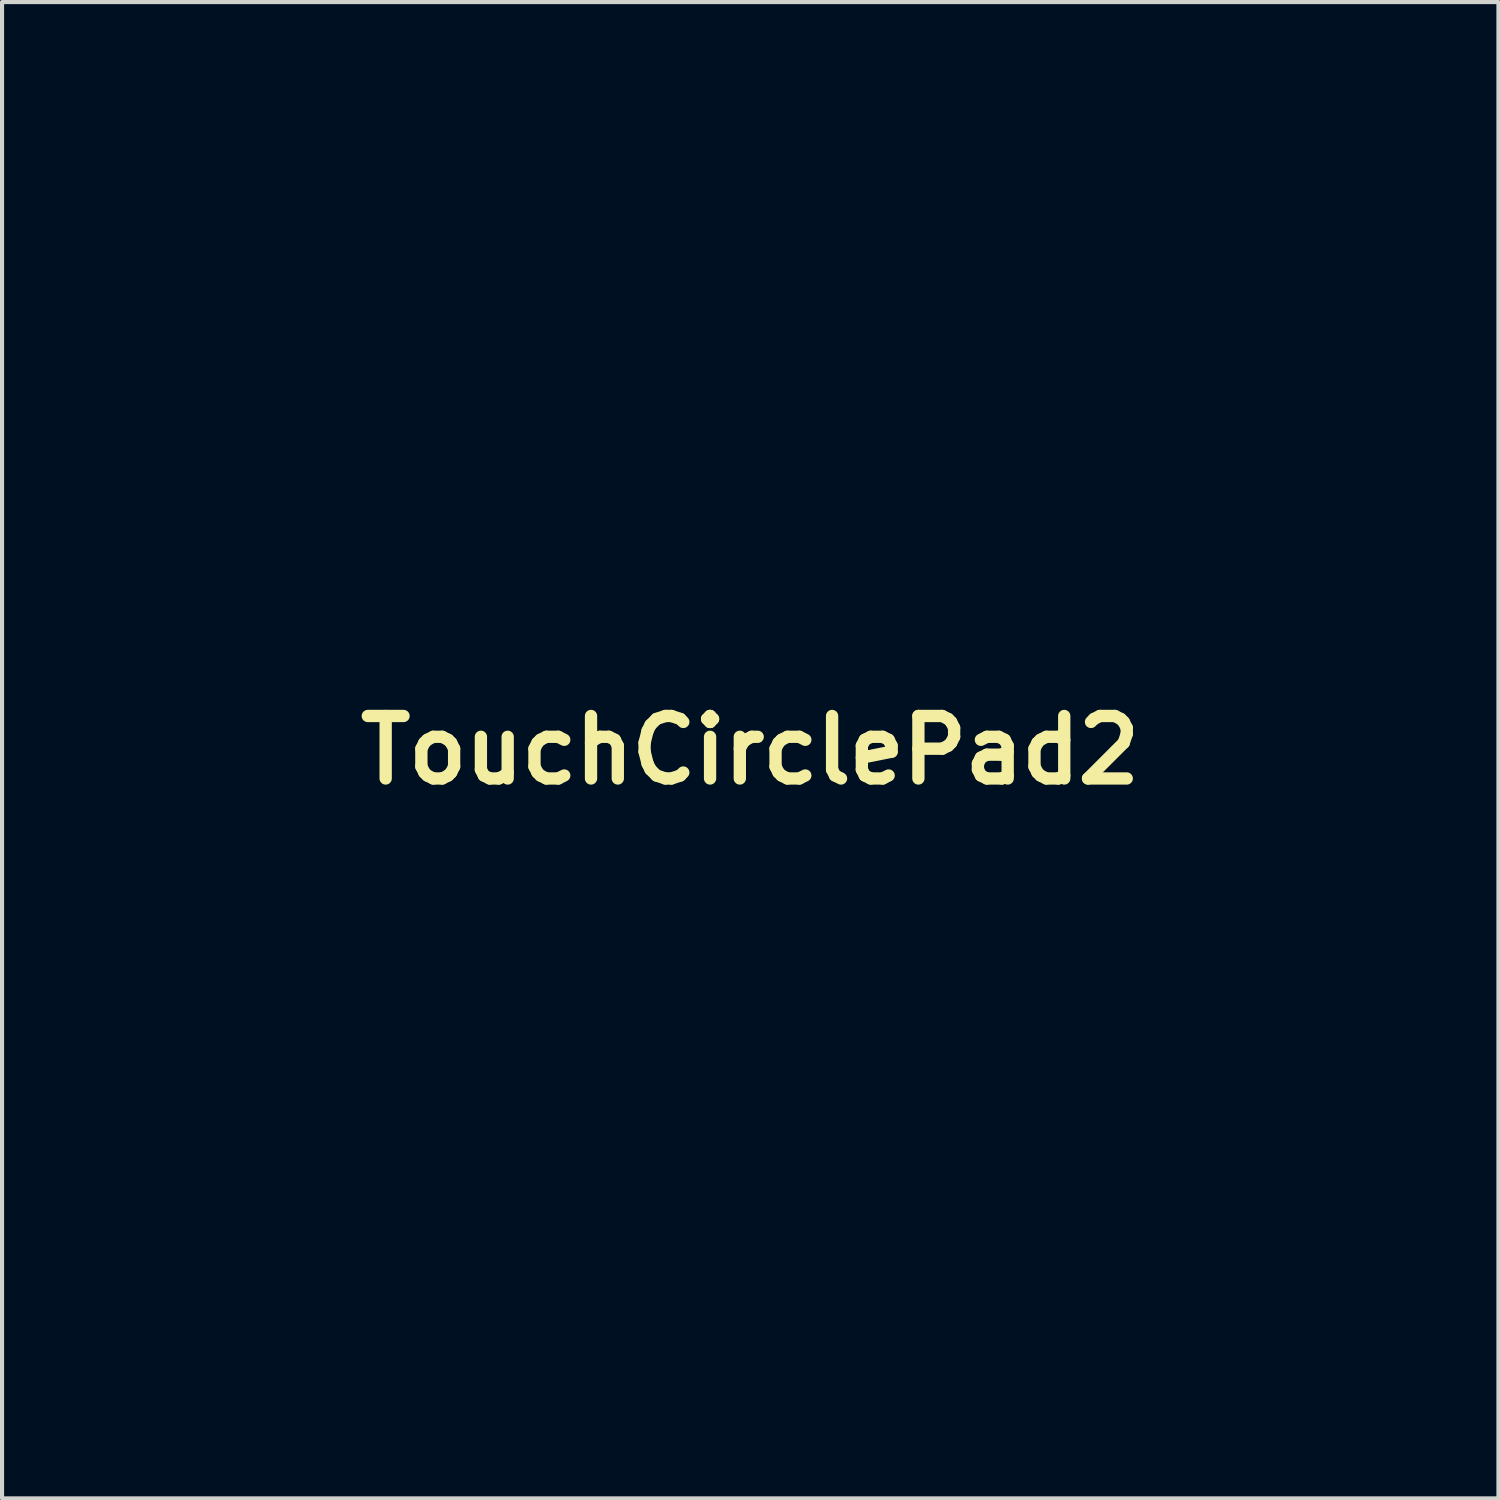
<source format=kicad_pcb>
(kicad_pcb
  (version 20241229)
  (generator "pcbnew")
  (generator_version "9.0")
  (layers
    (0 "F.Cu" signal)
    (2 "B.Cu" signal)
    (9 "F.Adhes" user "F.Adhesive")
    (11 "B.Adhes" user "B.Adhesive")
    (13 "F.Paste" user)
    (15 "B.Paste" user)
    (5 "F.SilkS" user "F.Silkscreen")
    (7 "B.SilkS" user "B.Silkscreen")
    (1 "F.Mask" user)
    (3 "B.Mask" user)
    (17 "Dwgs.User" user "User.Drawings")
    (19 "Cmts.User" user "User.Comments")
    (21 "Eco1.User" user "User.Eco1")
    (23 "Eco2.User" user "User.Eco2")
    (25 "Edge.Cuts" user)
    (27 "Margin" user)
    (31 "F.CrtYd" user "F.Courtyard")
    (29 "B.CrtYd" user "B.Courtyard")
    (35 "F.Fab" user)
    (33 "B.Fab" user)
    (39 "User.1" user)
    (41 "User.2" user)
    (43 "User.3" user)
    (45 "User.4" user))
  (footprint "TouchCirclePad2"
    (layer "F.Cu")
    (at 15.244 15.243)
    (property "Reference" "TouchCirclePad2" (at 0 0 0) (layer "F.SilkS") (effects (font (size 1.524 1.524) (thickness 0.3))))
    (attr through_hole)
    (fp_poly (pts (xy 0.196 -1.899) (xy 0.791 -1.749) (xy 1.261 -1.445) (xy 1.563 -1.081) (xy 1.822 -0.518) (xy 1.896 0.049) (xy 1.802 0.59) (xy 1.555 1.075) (xy 1.171 1.472) (xy 0.664 1.749) (xy 0.069 1.876) (xy -0.402 1.837) (xy -0.778 1.715) (xy -1.28 1.397) (xy -1.63 0.988) (xy -1.834 0.518) (xy -1.902 0.018) (xy -1.842 -0.481) (xy -1.662 -0.95) (xy -1.37 -1.358) (xy -0.975 -1.674) (xy -0.484 -1.867) (xy 0.095 -1.909) (xy 0.196 -1.899)) (stroke (width 0.01) (type solid)) (fill yes) (layer "F.Mask"))
    (fp_poly (pts (xy 15.239 -15.238) (xy 15.239 -0.000304) (xy 15.24 15.238) (xy 0.000494 15.238) (xy -15.239 15.238) (xy -15.239 15.088) (xy -2.642 15.088) (xy -2.591 15.138) (xy -2.54 15.088) (xy 2.946 15.088) (xy 2.997 15.138) (xy 3.048 15.088) (xy 2.997 15.037) (xy 2.946 15.088) (xy -2.54 15.088) (xy -2.591 15.037) (xy -2.642 15.088) (xy -15.239 15.088) (xy -15.239 14.969) (xy -3.116 14.969) (xy -3.102 15.029) (xy -3.048 15.037) (xy -2.964 15) (xy -2.98 14.969) (xy -3.101 14.957) (xy -3.116 14.969) (xy -15.239 14.969) (xy -15.239 14.783) (xy -3.861 14.783) (xy -3.81 14.834) (xy -3.759 14.783) (xy 4.166 14.783) (xy 4.216 14.834) (xy 4.267 14.783) (xy 4.216 14.732) (xy 4.166 14.783) (xy -3.759 14.783) (xy -3.81 14.732) (xy -3.861 14.783) (xy -15.239 14.783) (xy -15.239 14.681) (xy 4.572 14.681) (xy 4.623 14.732) (xy 4.674 14.681) (xy 4.623 14.63) (xy 4.572 14.681) (xy -15.239 14.681) (xy -15.239 14.606) (xy -4.731 14.606) (xy -4.631 14.622) (xy -4.499 14.604) (xy -4.498 14.58) (xy 4.877 14.58) (xy 4.928 14.63) (xy 4.978 14.58) (xy 4.928 14.529) (xy 4.877 14.58) (xy -4.498 14.58) (xy -4.498 14.569) (xy -4.634 14.545) (xy -4.693 14.561) (xy -4.731 14.606) (xy -15.239 14.606) (xy -15.239 14.478) (xy 5.182 14.478) (xy 5.232 14.529) (xy 5.283 14.478) (xy 5.232 14.427) (xy 5.182 14.478) (xy -15.239 14.478) (xy -15.239 13.97) (xy -0.406 13.97) (xy -0.356 14.021) (xy -0.305 13.97) (xy 0.711 13.97) (xy 0.762 14.021) (xy 0.813 13.97) (xy 0.914 13.97) (xy 0.965 14.021) (xy 1.016 13.97) (xy 0.965 13.919) (xy 0.914 13.97) (xy 0.813 13.97) (xy 0.762 13.919) (xy 0.711 13.97) (xy -0.305 13.97) (xy -0.356 13.919) (xy -0.406 13.97) (xy -15.239 13.97) (xy -15.239 13.868) (xy 1.829 13.868) (xy 1.88 13.919) (xy 1.93 13.868) (xy 6.604 13.868) (xy 6.655 13.919) (xy 6.706 13.868) (xy 6.655 13.818) (xy 6.604 13.868) (xy 1.93 13.868) (xy 1.88 13.818) (xy 1.829 13.868) (xy -15.239 13.868) (xy -15.239 13.767) (xy 2.235 13.767) (xy 2.286 13.818) (xy 2.337 13.767) (xy 2.438 13.767) (xy 2.489 13.818) (xy 2.54 13.767) (xy 2.489 13.716) (xy 2.438 13.767) (xy 2.337 13.767) (xy 2.286 13.716) (xy 2.235 13.767) (xy -15.239 13.767) (xy -15.239 13.665) (xy -6.909 13.665) (xy -6.858 13.716) (xy -6.807 13.665) (xy -6.858 13.614) (xy -6.909 13.665) (xy -15.239 13.665) (xy -15.239 13.564) (xy -7.112 13.564) (xy -7.061 13.614) (xy -7.01 13.564) (xy -7.027 13.547) (xy -3.217 13.547) (xy -3.203 13.607) (xy -3.15 13.614) (xy -3.066 13.577) (xy -3.082 13.547) (xy -3.202 13.535) (xy -3.217 13.547) (xy -7.027 13.547) (xy -7.061 13.513) (xy -7.112 13.564) (xy -15.239 13.564) (xy -15.239 13.36) (xy 4.267 13.36) (xy 4.318 13.411) (xy 4.369 13.36) (xy 4.318 13.31) (xy 4.267 13.36) (xy -15.239 13.36) (xy -15.239 13.259) (xy 7.722 13.259) (xy 7.772 13.31) (xy 7.823 13.259) (xy 7.772 13.208) (xy 7.722 13.259) (xy -15.239 13.259) (xy -15.239 13.157) (xy -7.823 13.157) (xy -7.772 13.208) (xy -7.722 13.157) (xy 7.925 13.157) (xy 7.976 13.208) (xy 8.026 13.157) (xy 7.976 13.106) (xy 7.925 13.157) (xy -7.722 13.157) (xy -7.772 13.106) (xy -7.823 13.157) (xy -15.239 13.157) (xy -15.239 13.056) (xy 4.978 13.056) (xy 5.029 13.106) (xy 5.08 13.056) (xy 5.029 13.005) (xy 4.978 13.056) (xy -15.239 13.056) (xy -15.239 12.954) (xy -0.203 12.954) (xy -0.152 13.005) (xy -0.102 12.954) (xy 0.102 12.954) (xy 0.152 13.005) (xy 0.203 12.954) (xy 5.283 12.954) (xy 5.334 13.005) (xy 5.385 12.954) (xy 5.334 12.903) (xy 5.283 12.954) (xy 0.203 12.954) (xy 0.152 12.903) (xy 0.102 12.954) (xy -0.102 12.954) (xy -0.152 12.903) (xy -0.203 12.954) (xy -15.239 12.954) (xy -15.239 12.852) (xy -1.016 12.852) (xy -0.965 12.903) (xy -0.914 12.852) (xy 1.321 12.852) (xy 1.372 12.903) (xy 1.422 12.852) (xy 1.372 12.802) (xy 1.321 12.852) (xy -0.914 12.852) (xy -0.965 12.802) (xy -1.016 12.852) (xy -15.239 12.852) (xy -15.239 12.751) (xy -1.829 12.751) (xy -1.778 12.802) (xy -1.727 12.751) (xy 2.134 12.751) (xy 2.184 12.802) (xy 2.235 12.751) (xy 2.184 12.7) (xy 2.134 12.751) (xy -1.727 12.751) (xy -1.778 12.7) (xy -1.829 12.751) (xy -15.239 12.751) (xy -15.239 12.531) (xy -2.913 12.531) (xy -2.899 12.591) (xy -2.845 12.598) (xy -2.761 12.561) (xy -2.768 12.548) (xy 3.15 12.548) (xy 3.2 12.598) (xy 3.251 12.548) (xy 6.198 12.548) (xy 6.248 12.598) (xy 6.255 12.592) (xy 8.864 12.592) (xy 8.878 12.598) (xy 8.971 12.527) (xy 8.992 12.497) (xy 9.017 12.402) (xy 9.004 12.395) (xy 8.911 12.467) (xy 8.89 12.497) (xy 8.864 12.592) (xy 6.255 12.592) (xy 6.299 12.548) (xy 6.248 12.497) (xy 6.198 12.548) (xy 3.251 12.548) (xy 3.2 12.497) (xy 3.15 12.548) (xy -2.768 12.548) (xy -2.777 12.531) (xy -2.898 12.519) (xy -2.913 12.531) (xy -15.239 12.531) (xy -15.239 12.446) (xy -8.941 12.446) (xy -8.89 12.497) (xy -8.839 12.446) (xy 6.401 12.446) (xy 6.452 12.497) (xy 6.502 12.446) (xy 6.452 12.395) (xy 6.401 12.446) (xy -8.839 12.446) (xy -8.89 12.395) (xy -8.941 12.446) (xy -15.239 12.446) (xy -15.239 12.327) (xy -3.725 12.327) (xy -3.711 12.388) (xy -3.658 12.395) (xy -3.574 12.358) (xy -3.581 12.344) (xy 3.861 12.344) (xy 3.912 12.395) (xy 3.962 12.344) (xy 3.912 12.294) (xy 3.861 12.344) (xy -3.581 12.344) (xy -3.59 12.327) (xy -3.71 12.315) (xy -3.725 12.327) (xy -15.239 12.327) (xy -15.239 12.243) (xy -9.246 12.243) (xy -9.195 12.294) (xy -9.144 12.243) (xy 6.807 12.243) (xy 6.858 12.294) (xy 6.909 12.243) (xy 6.858 12.192) (xy 6.807 12.243) (xy -9.144 12.243) (xy -9.195 12.192) (xy -9.246 12.243) (xy -15.239 12.243) (xy -15.239 12.053) (xy -4.47 12.053) (xy -4.443 12.091) (xy -4.413 12.04) (xy 4.369 12.04) (xy 4.42 12.09) (xy 4.47 12.04) (xy 4.42 11.989) (xy 4.369 12.04) (xy -4.413 12.04) (xy -4.358 11.946) (xy -4.266 11.735) (xy 5.385 11.735) (xy 5.436 11.786) (xy 5.486 11.735) (xy 5.436 11.684) (xy 5.385 11.735) (xy -4.266 11.735) (xy -4.232 11.659) (xy -4.223 11.633) (xy 9.957 11.633) (xy 10.008 11.684) (xy 10.058 11.633) (xy 10.008 11.582) (xy 9.957 11.633) (xy -4.223 11.633) (xy -4.186 11.532) (xy 5.791 11.532) (xy 5.842 11.582) (xy 5.893 11.532) (xy 5.842 11.481) (xy 5.791 11.532) (xy -4.186 11.532) (xy -4.145 11.422) (xy -4.126 11.328) (xy 5.182 11.328) (xy 5.232 11.379) (xy 5.283 11.328) (xy 10.363 11.328) (xy 10.414 11.379) (xy 10.465 11.328) (xy 10.414 11.278) (xy 10.363 11.328) (xy 5.283 11.328) (xy 5.232 11.278) (xy 5.182 11.328) (xy -4.126 11.328) (xy -4.118 11.289) (xy -4.125 11.278) (xy -4.19 11.36) (xy -4.29 11.558) (xy -4.391 11.793) (xy -4.459 11.99) (xy -4.47 12.053) (xy -15.239 12.053) (xy -15.239 11.836) (xy -7.417 11.836) (xy -7.366 11.887) (xy -7.315 11.836) (xy -7.366 11.786) (xy -7.417 11.836) (xy -15.239 11.836) (xy -15.239 11.532) (xy -10.16 11.532) (xy -10.109 11.582) (xy -10.058 11.532) (xy -10.109 11.481) (xy -10.16 11.532) (xy -15.239 11.532) (xy -15.239 11.43) (xy -8.026 11.43) (xy -7.976 11.481) (xy -7.925 11.43) (xy -7.976 11.379) (xy -8.026 11.43) (xy -15.239 11.43) (xy -15.239 11.328) (xy -10.363 11.328) (xy -10.312 11.379) (xy -10.262 11.328) (xy -10.312 11.278) (xy -10.363 11.328) (xy -15.239 11.328) (xy -15.239 11.227) (xy -8.331 11.227) (xy -8.28 11.278) (xy -8.23 11.227) (xy -8.251 11.205) (xy -6.283 11.205) (xy -6.258 11.262) (xy -6.156 11.371) (xy -6.097 11.349) (xy -6.096 11.334) (xy -6.168 11.248) (xy -6.213 11.217) (xy -6.283 11.205) (xy -8.251 11.205) (xy -8.28 11.176) (xy -8.331 11.227) (xy -15.239 11.227) (xy -15.239 11.108) (xy -4.056 11.108) (xy -4.023 11.138) (xy -4.016 11.125) (xy 3.962 11.125) (xy 4.013 11.176) (xy 4.064 11.125) (xy 8.433 11.125) (xy 8.484 11.176) (xy 8.534 11.125) (xy 8.484 11.074) (xy 8.433 11.125) (xy 4.064 11.125) (xy 4.013 11.074) (xy 3.962 11.125) (xy -4.016 11.125) (xy -3.989 11.074) (xy -3.915 10.891) (xy -3.907 10.871) (xy 3.861 10.871) (xy 3.898 10.955) (xy 3.929 10.939) (xy 3.93 10.922) (xy 6.909 10.922) (xy 6.96 10.973) (xy 7.01 10.922) (xy 6.96 10.871) (xy 6.909 10.922) (xy 3.93 10.922) (xy 3.941 10.818) (xy 3.929 10.803) (xy 3.868 10.817) (xy 3.861 10.871) (xy -3.907 10.871) (xy -3.843 10.719) (xy 7.214 10.719) (xy 7.264 10.77) (xy 7.315 10.719) (xy 8.941 10.719) (xy 8.992 10.77) (xy 9.042 10.719) (xy 8.992 10.668) (xy 8.941 10.719) (xy 7.315 10.719) (xy 7.264 10.668) (xy 7.214 10.719) (xy -3.843 10.719) (xy -3.798 10.61) (xy -3.747 10.49) (xy -3.678 10.312) (xy 7.722 10.312) (xy 7.772 10.363) (xy 7.823 10.312) (xy 11.278 10.312) (xy 11.328 10.363) (xy 11.379 10.312) (xy 11.328 10.262) (xy 11.278 10.312) (xy 7.823 10.312) (xy 7.772 10.262) (xy 7.722 10.312) (xy -3.678 10.312) (xy -3.649 10.236) (xy -3.615 10.109) (xy 4.674 10.109) (xy 4.724 10.16) (xy 4.775 10.109) (xy 4.724 10.058) (xy 4.674 10.109) (xy -3.615 10.109) (xy -3.607 10.081) (xy -3.614 10.058) (xy -3.682 10.143) (xy -3.788 10.354) (xy -3.904 10.624) (xy -4.002 10.886) (xy -4.054 11.075) (xy -4.056 11.108) (xy -15.239 11.108) (xy -15.239 10.922) (xy -6.909 10.922) (xy -6.858 10.973) (xy -6.807 10.922) (xy -6.858 10.871) (xy -6.909 10.922) (xy -15.239 10.922) (xy -15.239 10.719) (xy -11.074 10.719) (xy -11.024 10.77) (xy -10.973 10.719) (xy -9.042 10.719) (xy -8.992 10.77) (xy -8.941 10.719) (xy -8.992 10.668) (xy -9.042 10.719) (xy -10.973 10.719) (xy -11.024 10.668) (xy -11.074 10.719) (xy -15.239 10.719) (xy -15.239 10.617) (xy -7.417 10.617) (xy -7.366 10.668) (xy -7.315 10.617) (xy -7.366 10.566) (xy -7.417 10.617) (xy -15.239 10.617) (xy -15.239 10.312) (xy -7.823 10.312) (xy -7.772 10.363) (xy -7.722 10.312) (xy -7.772 10.262) (xy -7.823 10.312) (xy -15.239 10.312) (xy -15.239 10.109) (xy -8.128 10.109) (xy -8.077 10.16) (xy -8.026 10.109) (xy -8.077 10.058) (xy -8.128 10.109) (xy -15.239 10.109) (xy -15.239 9.804) (xy -8.433 9.804) (xy -8.382 9.855) (xy -8.374 9.847) (xy -3.548 9.847) (xy -3.507 9.816) (xy -3.446 9.703) (xy 3.353 9.703) (xy 3.404 9.754) (xy 3.454 9.703) (xy 3.404 9.652) (xy 3.353 9.703) (xy -3.446 9.703) (xy -3.418 9.651) (xy -3.395 9.601) (xy 4.47 9.601) (xy 4.521 9.652) (xy 4.572 9.601) (xy 8.636 9.601) (xy 8.687 9.652) (xy 8.738 9.601) (xy 8.687 9.55) (xy 8.636 9.601) (xy 4.572 9.601) (xy 4.521 9.55) (xy 4.47 9.601) (xy -3.395 9.601) (xy -3.304 9.406) (xy -3.301 9.398) (xy 3.251 9.398) (xy 3.302 9.449) (xy 3.353 9.398) (xy 3.302 9.347) (xy 3.251 9.398) (xy -3.301 9.398) (xy -3.19 9.137) (xy -3.174 9.093) (xy 0.61 9.093) (xy 0.66 9.144) (xy 0.711 9.093) (xy 0.813 9.093) (xy 0.864 9.144) (xy 3.15 9.144) (xy 3.187 9.228) (xy 3.217 9.212) (xy 3.219 9.195) (xy 10.465 9.195) (xy 10.516 9.246) (xy 10.566 9.195) (xy 12.192 9.195) (xy 12.243 9.246) (xy 12.294 9.195) (xy 12.243 9.144) (xy 12.192 9.195) (xy 10.566 9.195) (xy 10.516 9.144) (xy 10.465 9.195) (xy 3.219 9.195) (xy 3.229 9.091) (xy 3.217 9.076) (xy 3.157 9.09) (xy 3.15 9.144) (xy 0.864 9.144) (xy 0.914 9.093) (xy 0.864 9.042) (xy 0.813 9.093) (xy 0.711 9.093) (xy 0.66 9.042) (xy 0.61 9.093) (xy -3.174 9.093) (xy -3.136 8.992) (xy -1.118 8.992) (xy -1.067 9.042) (xy -1.016 8.992) (xy -1.067 8.941) (xy -1.118 8.992) (xy -3.136 8.992) (xy -3.101 8.899) (xy -3.098 8.89) (xy 4.166 8.89) (xy 4.216 8.941) (xy 4.267 8.89) (xy 4.216 8.839) (xy 4.166 8.89) (xy -3.098 8.89) (xy -3.07 8.788) (xy 2.337 8.788) (xy 2.388 8.839) (xy 2.438 8.788) (xy 2.388 8.738) (xy 2.337 8.788) (xy -3.07 8.788) (xy -3.059 8.747) (xy -3.059 8.738) (xy -3.092 8.743) (xy -3.18 8.903) (xy -3.305 9.183) (xy -3.306 9.187) (xy -3.434 9.506) (xy -3.521 9.745) (xy -3.548 9.847) (xy -8.374 9.847) (xy -8.331 9.804) (xy -8.382 9.754) (xy -8.433 9.804) (xy -15.239 9.804) (xy -15.239 9.703) (xy -10.16 9.703) (xy -10.109 9.754) (xy -10.058 9.703) (xy -10.109 9.652) (xy -10.16 9.703) (xy -15.239 9.703) (xy -15.239 9.296) (xy -10.465 9.296) (xy -10.414 9.347) (xy -10.363 9.296) (xy -10.414 9.246) (xy -10.465 9.296) (xy -15.239 9.296) (xy -15.239 8.687) (xy -9.652 8.687) (xy -9.601 8.738) (xy -9.55 8.687) (xy -9.601 8.636) (xy -9.652 8.687) (xy -15.239 8.687) (xy -15.239 8.585) (xy -2.946 8.585) (xy -2.896 8.636) (xy -2.845 8.585) (xy -2.896 8.534) (xy -2.946 8.585) (xy -15.239 8.585) (xy -15.239 8.382) (xy 3.962 8.382) (xy 4.013 8.433) (xy 4.064 8.382) (xy 9.754 8.382) (xy 9.804 8.433) (xy 9.855 8.382) (xy 9.804 8.331) (xy 9.754 8.382) (xy 4.064 8.382) (xy 4.013 8.331) (xy 3.962 8.382) (xy -15.239 8.382) (xy -15.239 8.28) (xy 11.176 8.28) (xy 11.227 8.331) (xy 11.278 8.28) (xy 11.227 8.23) (xy 11.176 8.28) (xy -15.239 8.28) (xy -15.239 8.077) (xy 4.064 8.077) (xy 4.115 8.128) (xy 4.166 8.077) (xy 10.058 8.077) (xy 10.109 8.128) (xy 10.16 8.077) (xy 10.109 8.026) (xy 10.058 8.077) (xy 4.166 8.077) (xy 4.115 8.026) (xy 4.064 8.077) (xy -15.239 8.077) (xy -15.239 7.976) (xy -13.208 7.976) (xy -13.157 8.026) (xy -13.106 7.976) (xy -0.711 7.976) (xy -0.66 8.026) (xy -0.61 7.976) (xy -0.305 7.976) (xy -0.254 8.026) (xy -0.203 7.976) (xy -0.254 7.925) (xy -0.305 7.976) (xy -0.61 7.976) (xy -0.66 7.925) (xy -0.711 7.976) (xy -13.106 7.976) (xy -13.157 7.925) (xy -13.208 7.976) (xy -15.239 7.976) (xy -15.239 7.874) (xy -1.524 7.874) (xy -1.473 7.925) (xy -1.422 7.874) (xy 4.47 7.874) (xy 4.521 7.925) (xy 4.572 7.874) (xy 4.521 7.823) (xy 4.47 7.874) (xy -1.422 7.874) (xy -1.473 7.823) (xy -1.524 7.874) (xy -15.239 7.874) (xy -15.239 7.772) (xy -10.363 7.772) (xy -10.312 7.823) (xy -10.262 7.772) (xy 4.674 7.772) (xy 4.724 7.823) (xy 4.775 7.772) (xy 13.106 7.772) (xy 13.157 7.823) (xy 13.208 7.772) (xy 13.157 7.722) (xy 13.106 7.772) (xy 4.775 7.772) (xy 4.724 7.722) (xy 4.674 7.772) (xy -10.262 7.772) (xy -10.312 7.722) (xy -10.363 7.772) (xy -15.239 7.772) (xy -15.239 7.671) (xy -11.786 7.671) (xy -11.735 7.722) (xy -11.684 7.671) (xy -4.877 7.671) (xy -4.826 7.722) (xy -4.775 7.671) (xy -4.826 7.62) (xy -4.877 7.671) (xy -11.684 7.671) (xy -11.735 7.62) (xy -11.786 7.671) (xy -15.239 7.671) (xy -15.239 7.569) (xy 4.978 7.569) (xy 5.029 7.62) (xy 5.08 7.569) (xy 5.029 7.518) (xy 4.978 7.569) (xy -15.239 7.569) (xy -15.239 7.468) (xy -13.513 7.468) (xy -13.462 7.518) (xy -13.411 7.468) (xy -13.462 7.417) (xy -13.513 7.468) (xy -15.239 7.468) (xy -15.239 7.366) (xy -5.385 7.366) (xy -5.334 7.417) (xy -5.283 7.366) (xy 3.15 7.366) (xy 3.2 7.417) (xy 3.207 7.41) (xy 5.308 7.41) (xy 5.322 7.417) (xy 5.388 7.366) (xy 10.566 7.366) (xy 10.617 7.417) (xy 10.668 7.366) (xy 11.786 7.366) (xy 11.836 7.417) (xy 11.887 7.366) (xy 11.836 7.315) (xy 11.786 7.366) (xy 10.668 7.366) (xy 10.617 7.315) (xy 10.566 7.366) (xy 5.388 7.366) (xy 5.415 7.345) (xy 5.436 7.315) (xy 5.461 7.22) (xy 5.448 7.214) (xy 5.355 7.285) (xy 5.334 7.315) (xy 5.308 7.41) (xy 3.207 7.41) (xy 3.251 7.366) (xy 3.2 7.315) (xy 3.15 7.366) (xy -5.283 7.366) (xy -5.334 7.315) (xy -5.385 7.366) (xy -15.239 7.366) (xy -15.239 7.264) (xy -10.77 7.264) (xy -10.719 7.315) (xy -10.668 7.264) (xy -10.719 7.214) (xy -10.77 7.264) (xy -15.239 7.264) (xy -15.239 7.163) (xy -5.69 7.163) (xy -5.639 7.214) (xy -5.588 7.163) (xy -5.639 7.112) (xy -5.69 7.163) (xy -15.239 7.163) (xy -15.239 7.061) (xy -13.716 7.061) (xy -13.665 7.112) (xy -13.614 7.061) (xy 13.513 7.061) (xy 13.564 7.112) (xy 13.614 7.061) (xy 13.564 7.01) (xy 13.513 7.061) (xy -13.614 7.061) (xy -13.665 7.01) (xy -13.716 7.061) (xy -15.239 7.061) (xy -15.239 6.96) (xy -10.973 6.96) (xy -10.922 7.01) (xy -10.871 6.96) (xy -4.064 6.96) (xy -4.013 7.01) (xy -3.962 6.96) (xy -4.013 6.909) (xy -4.064 6.96) (xy -10.871 6.96) (xy -10.922 6.909) (xy -10.973 6.96) (xy -15.239 6.96) (xy -15.239 6.858) (xy -5.994 6.858) (xy -5.944 6.909) (xy -5.893 6.858) (xy 10.871 6.858) (xy 10.922 6.909) (xy 10.973 6.858) (xy 13.614 6.858) (xy 13.665 6.909) (xy 13.716 6.858) (xy 13.665 6.807) (xy 13.614 6.858) (xy 10.973 6.858) (xy 10.922 6.807) (xy 10.871 6.858) (xy -5.893 6.858) (xy -5.944 6.807) (xy -5.994 6.858) (xy -15.239 6.858) (xy -15.239 6.756) (xy 4.267 6.756) (xy 4.318 6.807) (xy 4.369 6.756) (xy 12.09 6.756) (xy 12.141 6.807) (xy 12.192 6.756) (xy 12.141 6.706) (xy 12.09 6.756) (xy 4.369 6.756) (xy 4.318 6.706) (xy 4.267 6.756) (xy -15.239 6.756) (xy -15.239 6.532) (xy -12.48 6.532) (xy -12.456 6.588) (xy -12.353 6.697) (xy -12.295 6.675) (xy -12.294 6.661) (xy -12.299 6.655) (xy -6.198 6.655) (xy -6.147 6.706) (xy -6.096 6.655) (xy 0 6.655) (xy 0.051 6.706) (xy 0.102 6.655) (xy 0.051 6.604) (xy 0 6.655) (xy -6.096 6.655) (xy -6.147 6.604) (xy -6.198 6.655) (xy -12.299 6.655) (xy -12.366 6.575) (xy -12.397 6.553) (xy -6.401 6.553) (xy -6.35 6.604) (xy -6.299 6.553) (xy -1.016 6.553) (xy -0.965 6.604) (xy -0.914 6.553) (xy 1.118 6.553) (xy 1.168 6.604) (xy 1.219 6.553) (xy 1.168 6.502) (xy 1.118 6.553) (xy -0.914 6.553) (xy -0.965 6.502) (xy -1.016 6.553) (xy -6.299 6.553) (xy -6.35 6.502) (xy -6.401 6.553) (xy -12.397 6.553) (xy -12.411 6.543) (xy -12.48 6.532) (xy -15.239 6.532) (xy -15.239 6.452) (xy -11.278 6.452) (xy -11.227 6.502) (xy -11.176 6.452) (xy -11.193 6.435) (xy -1.49 6.435) (xy -1.476 6.495) (xy -1.422 6.502) (xy -1.339 6.465) (xy -1.346 6.452) (xy 1.626 6.452) (xy 1.676 6.502) (xy 1.727 6.452) (xy 1.676 6.401) (xy 1.626 6.452) (xy -1.346 6.452) (xy -1.355 6.435) (xy -1.475 6.423) (xy -1.49 6.435) (xy -11.193 6.435) (xy -11.227 6.401) (xy -11.278 6.452) (xy -15.239 6.452) (xy -15.239 6.35) (xy -4.978 6.35) (xy -4.928 6.401) (xy -4.877 6.35) (xy -4.928 6.299) (xy -4.978 6.35) (xy -15.239 6.35) (xy -15.239 6.293) (xy 11.201 6.293) (xy 11.215 6.299) (xy 11.308 6.228) (xy 11.328 6.198) (xy 11.354 6.103) (xy 11.34 6.096) (xy 11.248 6.168) (xy 11.227 6.198) (xy 11.201 6.293) (xy -15.239 6.293) (xy -15.239 6.147) (xy -6.807 6.147) (xy -6.756 6.198) (xy -6.706 6.147) (xy 5.08 6.147) (xy 5.131 6.198) (xy 5.182 6.147) (xy 5.131 6.096) (xy 5.08 6.147) (xy -6.706 6.147) (xy -6.756 6.096) (xy -6.807 6.147) (xy -15.239 6.147) (xy -15.239 6.045) (xy -14.224 6.045) (xy -14.173 6.096) (xy -14.122 6.045) (xy -5.283 6.045) (xy -5.232 6.096) (xy -5.182 6.045) (xy -2.642 6.045) (xy -2.591 6.096) (xy -2.54 6.045) (xy -2.591 5.994) (xy -2.642 6.045) (xy -5.182 6.045) (xy -5.232 5.994) (xy -5.283 6.045) (xy -14.122 6.045) (xy -14.173 5.994) (xy -14.224 6.045) (xy -15.239 6.045) (xy -15.239 5.842) (xy -12.802 5.842) (xy -12.751 5.893) (xy -12.7 5.842) (xy -11.582 5.842) (xy -11.532 5.893) (xy -11.481 5.842) (xy -5.486 5.842) (xy -5.436 5.893) (xy -5.385 5.842) (xy 3.15 5.842) (xy 3.2 5.893) (xy 3.251 5.842) (xy 5.486 5.842) (xy 5.537 5.893) (xy 5.588 5.842) (xy 5.537 5.791) (xy 5.486 5.842) (xy 3.251 5.842) (xy 3.2 5.791) (xy 3.15 5.842) (xy -5.385 5.842) (xy -5.436 5.791) (xy -5.486 5.842) (xy -11.481 5.842) (xy -11.532 5.791) (xy -11.582 5.842) (xy -12.7 5.842) (xy -12.751 5.791) (xy -12.802 5.842) (xy -15.239 5.842) (xy -15.239 5.74) (xy -7.112 5.74) (xy -7.061 5.791) (xy -7.01 5.74) (xy -7.061 5.69) (xy -7.112 5.74) (xy -15.239 5.74) (xy -15.239 5.516) (xy -3.641 5.516) (xy -3.617 5.572) (xy -3.514 5.681) (xy -3.455 5.659) (xy -3.454 5.645) (xy -3.527 5.559) (xy -3.572 5.527) (xy -3.641 5.516) (xy -15.239 5.516) (xy -15.239 5.436) (xy -13.005 5.436) (xy -12.954 5.486) (xy -12.903 5.436) (xy 5.791 5.436) (xy 5.842 5.486) (xy 5.893 5.436) (xy 5.842 5.385) (xy 5.791 5.436) (xy -12.903 5.436) (xy -12.954 5.385) (xy -13.005 5.436) (xy -15.239 5.436) (xy -15.239 5.317) (xy 11.515 5.317) (xy 11.529 5.377) (xy 11.582 5.385) (xy 11.666 5.348) (xy 11.65 5.317) (xy 11.53 5.305) (xy 11.515 5.317) (xy -15.239 5.317) (xy -15.239 5.131) (xy -13.106 5.131) (xy -13.056 5.182) (xy -13.005 5.131) (xy -11.278 5.131) (xy -11.227 5.182) (xy -11.176 5.131) (xy -7.62 5.131) (xy -7.569 5.182) (xy -7.518 5.131) (xy -6.198 5.131) (xy -6.147 5.182) (xy -6.096 5.131) (xy 7.417 5.131) (xy 7.468 5.182) (xy 7.518 5.131) (xy 7.468 5.08) (xy 7.417 5.131) (xy -6.096 5.131) (xy -6.147 5.08) (xy -6.198 5.131) (xy -7.518 5.131) (xy -7.569 5.08) (xy -7.62 5.131) (xy -11.176 5.131) (xy -11.227 5.08) (xy -11.278 5.131) (xy -13.005 5.131) (xy -13.056 5.08) (xy -13.106 5.131) (xy -15.239 5.131) (xy -15.239 5.029) (xy -4.369 5.029) (xy -4.318 5.08) (xy -4.267 5.029) (xy -4.318 4.978) (xy -4.369 5.029) (xy -15.239 5.029) (xy -15.239 4.928) (xy -10.77 4.928) (xy -10.719 4.978) (xy -10.668 4.928) (xy -10.719 4.877) (xy -10.77 4.928) (xy -15.239 4.928) (xy -15.239 4.826) (xy -7.823 4.826) (xy -7.772 4.877) (xy -7.722 4.826) (xy -7.758 4.79) (xy 10.312 4.79) (xy 10.338 4.829) (xy 10.509 4.928) (xy 10.719 5.031) (xy 11.018 5.164) (xy 11.247 5.25) (xy 11.328 5.269) (xy 11.303 5.229) (xy 11.131 5.131) (xy 10.922 5.027) (xy 10.623 4.894) (xy 10.394 4.809) (xy 10.312 4.79) (xy -7.758 4.79) (xy -7.772 4.775) (xy -7.823 4.826) (xy -15.239 4.826) (xy -15.239 4.724) (xy -10.262 4.724) (xy -10.211 4.775) (xy -10.16 4.724) (xy -10.211 4.674) (xy -10.262 4.724) (xy -15.239 4.724) (xy -15.239 4.606) (xy -10.025 4.606) (xy -10.011 4.666) (xy -9.957 4.674) (xy -9.873 4.636) (xy -9.889 4.606) (xy -10.01 4.594) (xy -10.025 4.606) (xy -15.239 4.606) (xy -15.239 4.5) (xy -6.689 4.5) (xy -6.665 4.556) (xy -6.562 4.665) (xy -6.503 4.643) (xy -6.502 4.629) (xy -6.507 4.623) (xy 7.722 4.623) (xy 7.772 4.674) (xy 7.823 4.623) (xy 7.772 4.572) (xy 7.722 4.623) (xy -6.507 4.623) (xy -6.575 4.543) (xy -6.606 4.521) (xy 4.775 4.521) (xy 4.826 4.572) (xy 4.877 4.521) (xy 6.502 4.521) (xy 6.553 4.572) (xy 6.604 4.521) (xy 6.553 4.47) (xy 6.502 4.521) (xy 4.877 4.521) (xy 4.826 4.47) (xy 4.775 4.521) (xy -6.606 4.521) (xy -6.62 4.511) (xy -6.689 4.5) (xy -15.239 4.5) (xy -15.239 4.42) (xy -9.55 4.42) (xy -9.5 4.47) (xy -9.449 4.42) (xy -4.978 4.42) (xy -4.928 4.47) (xy -4.877 4.42) (xy -4.928 4.369) (xy -4.978 4.42) (xy -9.449 4.42) (xy -9.5 4.369) (xy -9.55 4.42) (xy -15.239 4.42) (xy -15.239 4.267) (xy -13.411 4.267) (xy -13.374 4.351) (xy -13.343 4.335) (xy -13.342 4.318) (xy -12.09 4.318) (xy -12.04 4.369) (xy -11.989 4.318) (xy -0.508 4.318) (xy -0.457 4.369) (xy -0.406 4.318) (xy -0.203 4.318) (xy -0.152 4.369) (xy -0.102 4.318) (xy 0.102 4.318) (xy 0.152 4.369) (xy 0.203 4.318) (xy 0.305 4.318) (xy 0.356 4.369) (xy 0.406 4.318) (xy 0.508 4.318) (xy 0.559 4.369) (xy 0.61 4.318) (xy 4.978 4.318) (xy 5.029 4.369) (xy 5.08 4.318) (xy 5.029 4.267) (xy 4.978 4.318) (xy 0.61 4.318) (xy 0.559 4.267) (xy 0.508 4.318) (xy 0.406 4.318) (xy 0.356 4.267) (xy 0.305 4.318) (xy 0.203 4.318) (xy 0.152 4.267) (xy 0.102 4.318) (xy -0.102 4.318) (xy -0.152 4.267) (xy -0.203 4.318) (xy -0.406 4.318) (xy -0.457 4.267) (xy -0.508 4.318) (xy -11.989 4.318) (xy -12.04 4.267) (xy -12.09 4.318) (xy -13.342 4.318) (xy -13.332 4.216) (xy -9.042 4.216) (xy -8.992 4.267) (xy -8.941 4.216) (xy -8.128 4.216) (xy -8.077 4.267) (xy -8.026 4.216) (xy -6.909 4.216) (xy -6.858 4.267) (xy -6.807 4.216) (xy -6.824 4.199) (xy -0.982 4.199) (xy -0.968 4.26) (xy -0.914 4.267) (xy -0.831 4.23) (xy -0.838 4.216) (xy 0.914 4.216) (xy 0.965 4.267) (xy 1.016 4.216) (xy 0.965 4.166) (xy 0.914 4.216) (xy -0.838 4.216) (xy -0.847 4.199) (xy -0.967 4.187) (xy -0.982 4.199) (xy -6.824 4.199) (xy -6.858 4.166) (xy -6.909 4.216) (xy -8.026 4.216) (xy -8.077 4.166) (xy -8.128 4.216) (xy -8.941 4.216) (xy -8.992 4.166) (xy -9.042 4.216) (xy -13.332 4.216) (xy -13.331 4.214) (xy -13.343 4.199) (xy -13.404 4.213) (xy -13.411 4.267) (xy -15.239 4.267) (xy -15.239 4.115) (xy -8.738 4.115) (xy -8.687 4.166) (xy -8.636 4.115) (xy -5.283 4.115) (xy -5.232 4.166) (xy -5.182 4.115) (xy -5.196 4.101) (xy 8.566 4.101) (xy 8.633 4.154) (xy 8.848 4.263) (xy 9.167 4.406) (xy 9.267 4.448) (xy 9.74 4.64) (xy 10.036 4.746) (xy 10.161 4.767) (xy 10.145 4.726) (xy 10.024 4.658) (xy 9.927 4.614) (xy 14.537 4.614) (xy 14.556 4.746) (xy 14.59 4.748) (xy 14.614 4.612) (xy 14.598 4.553) (xy 14.553 4.514) (xy 14.537 4.614) (xy 9.927 4.614) (xy 9.778 4.547) (xy 9.461 4.415) (xy 9.127 4.284) (xy 8.831 4.175) (xy 8.626 4.109) (xy 8.566 4.101) (xy -5.196 4.101) (xy -5.232 4.064) (xy -5.283 4.115) (xy -8.636 4.115) (xy -8.687 4.064) (xy -8.738 4.115) (xy -15.239 4.115) (xy -15.239 4.013) (xy -14.935 4.013) (xy -14.884 4.064) (xy -14.834 4.013) (xy -13.513 4.013) (xy -13.462 4.064) (xy -13.411 4.013) (xy -8.534 4.013) (xy -8.484 4.064) (xy -8.433 4.013) (xy -7.01 4.013) (xy -6.96 4.064) (xy -6.909 4.013) (xy -6.926 3.996) (xy 8.263 3.996) (xy 8.277 4.057) (xy 8.331 4.064) (xy 8.415 4.027) (xy 8.399 3.996) (xy 8.278 3.984) (xy 8.263 3.996) (xy -6.926 3.996) (xy -6.96 3.962) (xy -7.01 4.013) (xy -8.433 4.013) (xy -8.484 3.962) (xy -8.534 4.013) (xy -13.411 4.013) (xy -13.462 3.962) (xy -13.513 4.013) (xy -14.834 4.013) (xy -14.884 3.962) (xy -14.935 4.013) (xy -15.239 4.013) (xy -15.239 3.912) (xy -12.395 3.912) (xy -12.344 3.962) (xy -12.294 3.912) (xy 1.829 3.912) (xy 1.88 3.962) (xy 1.93 3.912) (xy 6.909 3.912) (xy 6.96 3.962) (xy 7.01 3.912) (xy 6.96 3.861) (xy 6.909 3.912) (xy 1.93 3.912) (xy 1.88 3.861) (xy 1.829 3.912) (xy -12.294 3.912) (xy -12.344 3.861) (xy -12.395 3.912) (xy -15.239 3.912) (xy -15.239 3.81) (xy -10.871 3.81) (xy -10.82 3.861) (xy -10.77 3.81) (xy -10.82 3.759) (xy -10.871 3.81) (xy -15.239 3.81) (xy -15.239 3.691) (xy -10.634 3.691) (xy -10.62 3.752) (xy -10.566 3.759) (xy -10.483 3.722) (xy -10.499 3.691) (xy -10.619 3.679) (xy -10.634 3.691) (xy -15.239 3.691) (xy -15.239 3.607) (xy -7.214 3.607) (xy -7.163 3.658) (xy -7.112 3.607) (xy -2.438 3.607) (xy -2.388 3.658) (xy 12.294 3.658) (xy 12.331 3.741) (xy 12.361 3.725) (xy 12.373 3.605) (xy 12.361 3.59) (xy 12.301 3.604) (xy 12.294 3.658) (xy -2.388 3.658) (xy -2.337 3.607) (xy -2.388 3.556) (xy -2.438 3.607) (xy -7.112 3.607) (xy -7.163 3.556) (xy -7.214 3.607) (xy -15.239 3.607) (xy -15.239 3.488) (xy 5.52 3.488) (xy 5.534 3.549) (xy 5.588 3.556) (xy 5.672 3.519) (xy 5.656 3.488) (xy 5.535 3.476) (xy 5.52 3.488) (xy -15.239 3.488) (xy -15.239 3.302) (xy -2.845 3.302) (xy -2.794 3.353) (xy -2.743 3.302) (xy 2.743 3.302) (xy 2.794 3.353) (xy 2.845 3.302) (xy 2.794 3.251) (xy 2.743 3.302) (xy -2.743 3.302) (xy -2.794 3.251) (xy -2.845 3.302) (xy -15.239 3.302) (xy -15.239 3.2) (xy -15.138 3.2) (xy -15.088 3.251) (xy -15.037 3.2) (xy -13.716 3.2) (xy -13.665 3.251) (xy -13.614 3.2) (xy -12.598 3.2) (xy -12.548 3.251) (xy -12.497 3.2) (xy -9.449 3.2) (xy -9.398 3.251) (xy -9.347 3.2) (xy -3.048 3.2) (xy -2.997 3.251) (xy -2.946 3.2) (xy -2.997 3.15) (xy -3.048 3.2) (xy -9.347 3.2) (xy -9.398 3.15) (xy -9.449 3.2) (xy -12.497 3.2) (xy -12.548 3.15) (xy -12.598 3.2) (xy -13.614 3.2) (xy -13.665 3.15) (xy -13.716 3.2) (xy -15.037 3.2) (xy -15.088 3.15) (xy -15.138 3.2) (xy -15.239 3.2) (xy -15.239 3.099) (xy -9.144 3.099) (xy -9.093 3.15) (xy -9.042 3.099) (xy 13.513 3.099) (xy 13.564 3.15) (xy 13.614 3.099) (xy 13.564 3.048) (xy 14.935 3.048) (xy 14.972 3.132) (xy 15.003 3.116) (xy 15.015 2.995) (xy 15.003 2.98) (xy 14.943 2.994) (xy 14.935 3.048) (xy 13.564 3.048) (xy 13.513 3.099) (xy -9.042 3.099) (xy -9.093 3.048) (xy -9.144 3.099) (xy -15.239 3.099) (xy -15.239 2.997) (xy -8.941 2.997) (xy -8.89 3.048) (xy -8.839 2.997) (xy -5.994 2.997) (xy -5.944 3.048) (xy -5.893 2.997) (xy -3.251 2.997) (xy -3.2 3.048) (xy -3.15 2.997) (xy -3.2 2.946) (xy -3.251 2.997) (xy -5.893 2.997) (xy -5.944 2.946) (xy -5.994 2.997) (xy -8.839 2.997) (xy -8.89 2.946) (xy -8.941 2.997) (xy -15.239 2.997) (xy -15.239 2.794) (xy -8.738 2.794) (xy -8.687 2.845) (xy -8.636 2.794) (xy -8.687 2.743) (xy -8.738 2.794) (xy -15.239 2.794) (xy -15.239 2.692) (xy -13.818 2.692) (xy -13.767 2.743) (xy -13.716 2.692) (xy -12.7 2.692) (xy -12.649 2.743) (xy -12.598 2.692) (xy -7.62 2.692) (xy -7.569 2.743) (xy -7.518 2.692) (xy -7.569 2.642) (xy -7.62 2.692) (xy -12.598 2.692) (xy -12.649 2.642) (xy -12.7 2.692) (xy -13.716 2.692) (xy -13.767 2.642) (xy -13.818 2.692) (xy -15.239 2.692) (xy -15.239 2.489) (xy -3.658 2.489) (xy -3.607 2.54) (xy -3.556 2.489) (xy -3.607 2.438) (xy -3.658 2.489) (xy -15.239 2.489) (xy -15.239 2.388) (xy -8.839 2.388) (xy -8.788 2.438) (xy -8.738 2.388) (xy -7.722 2.388) (xy -7.671 2.438) (xy -7.62 2.388) (xy -7.671 2.337) (xy -7.722 2.388) (xy -8.738 2.388) (xy -8.788 2.337) (xy -8.839 2.388) (xy -15.239 2.388) (xy -15.239 2.286) (xy -3.759 2.286) (xy -3.708 2.337) (xy -3.658 2.286) (xy -3.708 2.235) (xy -3.759 2.286) (xy -15.239 2.286) (xy -15.239 2.083) (xy -13.919 2.083) (xy -13.868 2.134) (xy -13.818 2.083) (xy -8.941 2.083) (xy -8.89 2.134) (xy -8.839 2.083) (xy -8.89 2.032) (xy -8.941 2.083) (xy -13.818 2.083) (xy -13.868 2.032) (xy -13.919 2.083) (xy -15.239 2.083) (xy -15.239 1.88) (xy -3.962 1.88) (xy -3.912 1.93) (xy -3.861 1.88) (xy -3.912 1.829) (xy -3.962 1.88) (xy -15.239 1.88) (xy -15.239 1.575) (xy -7.925 1.575) (xy -7.874 1.626) (xy -7.823 1.575) (xy -7.874 1.524) (xy -7.925 1.575) (xy -15.239 1.575) (xy -15.239 1.473) (xy -4.166 1.473) (xy -4.115 1.524) (xy -4.064 1.473) (xy -4.115 1.422) (xy -4.166 1.473) (xy -15.239 1.473) (xy -15.239 1.372) (xy -6.604 1.372) (xy -6.553 1.422) (xy -6.502 1.372) (xy -6.553 1.321) (xy -6.604 1.372) (xy -15.239 1.372) (xy -15.239 1.27) (xy -14.021 1.27) (xy -13.97 1.321) (xy -13.919 1.27) (xy -13.97 1.219) (xy -14.021 1.27) (xy -15.239 1.27) (xy -15.239 0.965) (xy -8.026 0.965) (xy -7.976 1.016) (xy -7.925 0.965) (xy -7.976 0.914) (xy -8.026 0.965) (xy -15.239 0.965) (xy -15.239 0.864) (xy -9.144 0.864) (xy -9.093 0.914) (xy -9.042 0.864) (xy -9.093 0.813) (xy -9.144 0.864) (xy -15.239 0.864) (xy -15.239 0.66) (xy -9.144 0.66) (xy -9.093 0.711) (xy -9.042 0.66) (xy -9.093 0.61) (xy -9.144 0.66) (xy -15.239 0.66) (xy -15.239 0.559) (xy -14.021 0.559) (xy -13.97 0.61) (xy -13.919 0.559) (xy -6.706 0.559) (xy -6.655 0.61) (xy -6.604 0.559) (xy -6.655 0.508) (xy -6.706 0.559) (xy -13.919 0.559) (xy -13.97 0.508) (xy -14.021 0.559) (xy -15.239 0.559) (xy -15.239 0.457) (xy -9.144 0.457) (xy -9.093 0.508) (xy -9.042 0.457) (xy -4.369 0.457) (xy -4.318 0.508) (xy -4.267 0.457) (xy -4.318 0.406) (xy -4.369 0.457) (xy -9.042 0.457) (xy -9.093 0.406) (xy -9.144 0.457) (xy -15.239 0.457) (xy -15.239 0.356) (xy -6.706 0.356) (xy -6.655 0.406) (xy -6.604 0.356) (xy -6.655 0.305) (xy -6.706 0.356) (xy -15.239 0.356) (xy -15.239 0.152) (xy -6.706 0.152) (xy -6.655 0.203) (xy -6.604 0.152) (xy -6.655 0.102) (xy -6.706 0.152) (xy -15.239 0.152) (xy -15.239 -0.000017) (xy -15.239 -0.051) (xy -9.144 -0.051) (xy -9.093 0) (xy -9.076 -0.017) (xy -2.894 -0.017) (xy -2.888 0.456) (xy -2.864 0.783) (xy -2.812 1.019) (xy -2.721 1.222) (xy -2.629 1.372) (xy -2.223 1.916) (xy -1.791 2.312) (xy -1.275 2.609) (xy -1.169 2.656) (xy -0.416 2.886) (xy 0.313 2.916) (xy 0.834 2.794) (xy 12.497 2.794) (xy 12.548 2.845) (xy 12.598 2.794) (xy 12.548 2.743) (xy 12.497 2.794) (xy 0.834 2.794) (xy 1.03 2.748) (xy 1.035 2.746) (xy 1.137 2.692) (xy 3.353 2.692) (xy 3.404 2.743) (xy 3.454 2.692) (xy 3.404 2.642) (xy 3.353 2.692) (xy 1.137 2.692) (xy 1.256 2.629) (xy 6.021 2.629) (xy 6.095 2.58) (xy 6.109 2.567) (xy 6.125 2.54) (xy 15.037 2.54) (xy 15.074 2.624) (xy 15.105 2.608) (xy 15.117 2.487) (xy 15.105 2.472) (xy 15.044 2.486) (xy 15.037 2.54) (xy 6.125 2.54) (xy 6.189 2.434) (xy 6.178 2.385) (xy 6.102 2.415) (xy 6.052 2.51) (xy 6.021 2.629) (xy 1.256 2.629) (xy 1.673 2.408) (xy 1.908 2.184) (xy 8.738 2.184) (xy 8.788 2.235) (xy 8.839 2.184) (xy 8.788 2.134) (xy 8.738 2.184) (xy 1.908 2.184) (xy 2.197 1.909) (xy 2.279 1.778) (xy 12.7 1.778) (xy 12.751 1.829) (xy 12.802 1.778) (xy 12.751 1.727) (xy 12.7 1.778) (xy 2.279 1.778) (xy 2.342 1.676) (xy 13.818 1.676) (xy 13.868 1.727) (xy 13.919 1.676) (xy 13.868 1.626) (xy 13.818 1.676) (xy 2.342 1.676) (xy 2.406 1.575) (xy 8.839 1.575) (xy 8.89 1.626) (xy 8.941 1.575) (xy 8.89 1.524) (xy 8.839 1.575) (xy 2.406 1.575) (xy 2.469 1.473) (xy 7.823 1.473) (xy 7.874 1.524) (xy 7.925 1.473) (xy 7.874 1.422) (xy 7.823 1.473) (xy 2.469 1.473) (xy 2.533 1.372) (xy 6.401 1.372) (xy 6.452 1.422) (xy 6.502 1.372) (xy 6.452 1.321) (xy 6.401 1.372) (xy 2.533 1.372) (xy 2.615 1.24) (xy 2.665 1.133) (xy 2.736 0.965) (xy 12.802 0.965) (xy 12.852 1.016) (xy 12.903 0.965) (xy 12.852 0.914) (xy 12.802 0.965) (xy 2.736 0.965) (xy 2.779 0.864) (xy 4.166 0.864) (xy 4.216 0.914) (xy 4.267 0.864) (xy 4.216 0.813) (xy 4.166 0.864) (xy 2.779 0.864) (xy 2.829 0.745) (xy 2.91 0.457) (xy 4.267 0.457) (xy 4.318 0.508) (xy 4.369 0.457) (xy 9.042 0.457) (xy 9.093 0.508) (xy 9.144 0.457) (xy 9.093 0.406) (xy 9.042 0.457) (xy 4.369 0.457) (xy 4.318 0.406) (xy 4.267 0.457) (xy 2.91 0.457) (xy 2.914 0.443) (xy 2.936 0.152) (xy 12.903 0.152) (xy 12.954 0.203) (xy 13.005 0.152) (xy 12.954 0.102) (xy 12.903 0.152) (xy 2.936 0.152) (xy 2.937 0.131) (xy 2.923 -0.152) (xy 12.903 -0.152) (xy 12.954 -0.102) (xy 13.005 -0.152) (xy 12.954 -0.203) (xy 12.903 -0.152) (xy 2.923 -0.152) (xy 2.918 -0.258) (xy 2.887 -0.457) (xy 9.042 -0.457) (xy 9.093 -0.406) (xy 9.144 -0.457) (xy 9.093 -0.508) (xy 9.042 -0.457) (xy 2.887 -0.457) (xy 2.872 -0.559) (xy 6.604 -0.559) (xy 6.655 -0.508) (xy 6.706 -0.559) (xy 13.919 -0.559) (xy 13.97 -0.508) (xy 14.021 -0.559) (xy 13.97 -0.61) (xy 13.919 -0.559) (xy 6.706 -0.559) (xy 6.655 -0.61) (xy 6.604 -0.559) (xy 2.872 -0.559) (xy 2.84 -0.762) (xy 7.925 -0.762) (xy 7.976 -0.711) (xy 8.026 -0.762) (xy 13.919 -0.762) (xy 13.97 -0.711) (xy 14.021 -0.762) (xy 13.97 -0.813) (xy 13.919 -0.762) (xy 8.026 -0.762) (xy 7.976 -0.813) (xy 7.925 -0.762) (xy 2.84 -0.762) (xy 2.821 -0.892) (xy 2.792 -0.965) (xy 7.925 -0.965) (xy 7.976 -0.914) (xy 8.026 -0.965) (xy 13.919 -0.965) (xy 13.97 -0.914) (xy 14.021 -0.965) (xy 13.97 -1.016) (xy 13.919 -0.965) (xy 8.026 -0.965) (xy 7.976 -1.016) (xy 7.925 -0.965) (xy 2.792 -0.965) (xy 2.633 -1.369) (xy 2.632 -1.372) (xy 6.502 -1.372) (xy 6.553 -1.321) (xy 6.604 -1.372) (xy 8.941 -1.372) (xy 8.992 -1.321) (xy 9.042 -1.372) (xy 12.802 -1.372) (xy 12.852 -1.321) (xy 12.903 -1.372) (xy 12.852 -1.422) (xy 12.802 -1.372) (xy 9.042 -1.372) (xy 8.992 -1.422) (xy 8.941 -1.372) (xy 6.604 -1.372) (xy 6.553 -1.422) (xy 6.502 -1.372) (xy 2.632 -1.372) (xy 2.63 -1.375) (xy 2.497 -1.575) (xy 6.401 -1.575) (xy 6.452 -1.524) (xy 6.502 -1.575) (xy 7.823 -1.575) (xy 7.874 -1.524) (xy 7.925 -1.575) (xy 8.941 -1.575) (xy 8.992 -1.524) (xy 9.042 -1.575) (xy 8.992 -1.626) (xy 8.941 -1.575) (xy 7.925 -1.575) (xy 7.874 -1.626) (xy 7.823 -1.575) (xy 6.502 -1.575) (xy 6.452 -1.626) (xy 6.401 -1.575) (xy 2.497 -1.575) (xy 2.446 -1.651) (xy 2.265 -1.88) (xy 3.861 -1.88) (xy 3.912 -1.829) (xy 3.962 -1.88) (xy 3.912 -1.93) (xy 3.861 -1.88) (xy 2.265 -1.88) (xy 2.216 -1.942) (xy 2.088 -2.083) (xy 13.818 -2.083) (xy 13.868 -2.032) (xy 13.919 -2.083) (xy 13.868 -2.134) (xy 13.818 -2.083) (xy 2.088 -2.083) (xy 1.981 -2.201) (xy 1.889 -2.286) (xy 3.658 -2.286) (xy 3.708 -2.235) (xy 3.759 -2.286) (xy 8.839 -2.286) (xy 8.89 -2.235) (xy 8.941 -2.286) (xy 8.89 -2.337) (xy 8.839 -2.286) (xy 3.759 -2.286) (xy 3.708 -2.337) (xy 3.658 -2.286) (xy 1.889 -2.286) (xy 1.784 -2.382) (xy 1.677 -2.438) (xy 7.62 -2.438) (xy 7.657 -2.355) (xy 7.688 -2.371) (xy 7.7 -2.489) (xy 13.716 -2.489) (xy 13.767 -2.438) (xy 13.818 -2.489) (xy 13.767 -2.54) (xy 13.716 -2.489) (xy 7.7 -2.489) (xy 7.7 -2.491) (xy 7.688 -2.506) (xy 7.627 -2.492) (xy 7.62 -2.438) (xy 1.677 -2.438) (xy 1.555 -2.495) (xy 1.389 -2.612) (xy 3.471 -2.612) (xy 3.495 -2.556) (xy 3.598 -2.447) (xy 3.657 -2.469) (xy 3.658 -2.483) (xy 3.585 -2.569) (xy 3.54 -2.601) (xy 3.471 -2.612) (xy 1.389 -2.612) (xy 1.361 -2.632) (xy 1.36 -2.632) (xy 1.241 -2.692) (xy 7.518 -2.692) (xy 7.569 -2.642) (xy 7.62 -2.692) (xy 13.716 -2.692) (xy 13.767 -2.642) (xy 13.818 -2.692) (xy 13.767 -2.743) (xy 13.716 -2.692) (xy 7.62 -2.692) (xy 7.569 -2.743) (xy 7.518 -2.692) (xy 1.241 -2.692) (xy 0.995 -2.817) (xy 0.503 -2.927) (xy -0.053 -2.959) (xy -0.611 -2.911) (xy -1.105 -2.78) (xy -1.171 -2.753) (xy -1.45 -2.599) (xy -1.763 -2.384) (xy -2.061 -2.145) (xy -2.299 -1.921) (xy -2.428 -1.751) (xy -2.438 -1.711) (xy -2.494 -1.575) (xy -2.632 -1.357) (xy -2.667 -1.308) (xy -2.776 -1.137) (xy -2.843 -0.946) (xy -2.88 -0.684) (xy -2.893 -0.3) (xy -2.894 -0.017) (xy -9.076 -0.017) (xy -9.042 -0.051) (xy -9.093 -0.102) (xy -9.144 -0.051) (xy -15.239 -0.051) (xy -15.239 -0.203) (xy -6.706 -0.203) (xy -6.668 -0.12) (xy -6.638 -0.135) (xy -6.626 -0.256) (xy -6.638 -0.271) (xy -6.698 -0.257) (xy -6.706 -0.203) (xy -15.239 -0.203) (xy -15.239 -0.356) (xy -4.369 -0.356) (xy -4.318 -0.305) (xy -4.267 -0.356) (xy -4.318 -0.406) (xy -4.369 -0.356) (xy -15.239 -0.356) (xy -15.239 -0.559) (xy -14.021 -0.559) (xy -13.97 -0.508) (xy -13.919 -0.559) (xy -13.97 -0.61) (xy -14.021 -0.559) (xy -15.239 -0.559) (xy -15.239 -0.762) (xy -12.903 -0.762) (xy -12.852 -0.711) (xy -12.802 -0.762) (xy -12.852 -0.813) (xy -12.903 -0.762) (xy -15.239 -0.762) (xy -15.239 -0.864) (xy -14.021 -0.864) (xy -13.97 -0.813) (xy -13.919 -0.864) (xy -13.97 -0.914) (xy -14.021 -0.864) (xy -15.239 -0.864) (xy -15.239 -0.965) (xy -8.026 -0.965) (xy -7.976 -0.914) (xy -7.925 -0.965) (xy -7.976 -1.016) (xy -8.026 -0.965) (xy -15.239 -0.965) (xy -15.239 -1.067) (xy -9.042 -1.067) (xy -8.992 -1.016) (xy -8.941 -1.067) (xy -8.992 -1.118) (xy -9.042 -1.067) (xy -15.239 -1.067) (xy -15.239 -1.372) (xy -7.925 -1.372) (xy -7.874 -1.321) (xy -7.823 -1.372) (xy -7.874 -1.422) (xy -7.925 -1.372) (xy -15.239 -1.372) (xy -15.239 -1.981) (xy -7.823 -1.981) (xy -7.772 -1.93) (xy -7.722 -1.981) (xy -7.725 -1.985) (xy -6.35 -1.985) (xy -6.287 -2.004) (xy -6.282 -2.008) (xy -6.21 -2.184) (xy -6.219 -2.249) (xy -6.272 -2.273) (xy -6.327 -2.142) (xy -6.35 -1.985) (xy -7.725 -1.985) (xy -7.772 -2.032) (xy -7.823 -1.981) (xy -15.239 -1.981) (xy -15.239 -2.388) (xy -13.818 -2.388) (xy -13.767 -2.337) (xy -13.716 -2.388) (xy -12.7 -2.388) (xy -12.649 -2.337) (xy -12.598 -2.388) (xy -12.649 -2.438) (xy -12.7 -2.388) (xy -13.716 -2.388) (xy -13.767 -2.438) (xy -13.818 -2.388) (xy -15.239 -2.388) (xy -15.239 -2.489) (xy -3.658 -2.489) (xy -3.607 -2.438) (xy -3.556 -2.489) (xy -3.607 -2.54) (xy -3.658 -2.489) (xy -15.239 -2.489) (xy -15.239 -2.896) (xy -8.636 -2.896) (xy -8.585 -2.845) (xy -8.534 -2.896) (xy -8.585 -2.946) (xy -8.636 -2.896) (xy -15.239 -2.896) (xy -15.239 -2.997) (xy -12.598 -2.997) (xy -12.548 -2.946) (xy -12.541 -2.953) (xy -5.969 -2.953) (xy -5.956 -2.946) (xy -5.89 -2.997) (xy 5.893 -2.997) (xy 5.944 -2.946) (xy 5.994 -2.997) (xy 5.944 -3.048) (xy 5.893 -2.997) (xy -5.89 -2.997) (xy -5.863 -3.018) (xy -5.842 -3.048) (xy -5.816 -3.143) (xy -5.83 -3.15) (xy -5.923 -3.078) (xy -5.944 -3.048) (xy -5.969 -2.953) (xy -12.541 -2.953) (xy -12.497 -2.997) (xy -12.548 -3.048) (xy -12.598 -2.997) (xy -15.239 -2.997) (xy -15.239 -3.541) (xy -9.804 -3.541) (xy -9.779 -3.502) (xy -9.607 -3.403) (xy -9.398 -3.3) (xy -9.099 -3.167) (xy -8.87 -3.081) (xy -8.788 -3.063) (xy -8.814 -3.102) (xy -8.985 -3.2) (xy 8.738 -3.2) (xy 8.788 -3.15) (xy 8.839 -3.2) (xy 12.497 -3.2) (xy 12.548 -3.15) (xy 12.598 -3.2) (xy 13.614 -3.2) (xy 13.665 -3.15) (xy 13.716 -3.2) (xy 15.037 -3.2) (xy 15.088 -3.15) (xy 15.138 -3.2) (xy 15.088 -3.251) (xy 15.037 -3.2) (xy 13.716 -3.2) (xy 13.665 -3.251) (xy 13.614 -3.2) (xy 12.598 -3.2) (xy 12.548 -3.251) (xy 12.497 -3.2) (xy 8.839 -3.2) (xy 8.788 -3.251) (xy 8.738 -3.2) (xy -8.985 -3.2) (xy -8.985 -3.201) (xy -9.19 -3.302) (xy 9.042 -3.302) (xy 9.093 -3.251) (xy 9.144 -3.302) (xy 9.093 -3.353) (xy 9.042 -3.302) (xy -9.19 -3.302) (xy -9.195 -3.304) (xy -9.419 -3.404) (xy -2.845 -3.404) (xy -2.794 -3.353) (xy -2.743 -3.404) (xy -2.794 -3.454) (xy -2.845 -3.404) (xy -9.419 -3.404) (xy -9.494 -3.437) (xy -9.676 -3.505) (xy 9.55 -3.505) (xy 9.601 -3.454) (xy 9.652 -3.505) (xy 14.935 -3.505) (xy 14.986 -3.454) (xy 15.037 -3.505) (xy 14.986 -3.556) (xy 14.935 -3.505) (xy 9.652 -3.505) (xy 9.601 -3.556) (xy 9.55 -3.505) (xy -9.676 -3.505) (xy -9.723 -3.523) (xy -9.804 -3.541) (xy -15.239 -3.541) (xy -15.239 -3.607) (xy -14.935 -3.607) (xy -14.884 -3.556) (xy -14.834 -3.607) (xy -14.884 -3.658) (xy -13.513 -3.658) (xy -13.476 -3.574) (xy -13.445 -3.59) (xy -13.433 -3.71) (xy -13.445 -3.725) (xy -13.505 -3.711) (xy -13.513 -3.658) (xy -14.884 -3.658) (xy -14.935 -3.607) (xy -15.239 -3.607) (xy -15.239 -3.861) (xy -12.294 -3.861) (xy -12.256 -3.777) (xy -12.226 -3.793) (xy -12.214 -3.914) (xy -12.226 -3.929) (xy -12.286 -3.915) (xy -12.294 -3.861) (xy -15.239 -3.861) (xy -15.239 -4.318) (xy -14.732 -4.318) (xy -14.681 -4.267) (xy -14.63 -4.318) (xy -14.681 -4.369) (xy -14.732 -4.318) (xy -15.239 -4.318) (xy -15.239 -4.442) (xy -12.051 -4.442) (xy -11.979 -4.39) (xy -11.757 -4.279) (xy -11.42 -4.126) (xy -11.099 -3.988) (xy -10.567 -3.768) (xy -10.206 -3.629) (xy -10.005 -3.566) (xy -9.949 -3.575) (xy -9.97 -3.603) (xy -9.977 -3.607) (xy 2.438 -3.607) (xy 2.489 -3.556) (xy 2.54 -3.607) (xy 7.112 -3.607) (xy 7.163 -3.556) (xy 7.214 -3.607) (xy 7.163 -3.658) (xy 7.112 -3.607) (xy 2.54 -3.607) (xy 2.489 -3.658) (xy 2.438 -3.607) (xy -9.977 -3.607) (xy -10.087 -3.668) (xy -10.176 -3.708) (xy -5.588 -3.708) (xy -5.537 -3.658) (xy -5.486 -3.708) (xy 10.058 -3.708) (xy 10.109 -3.658) (xy 10.16 -3.708) (xy 10.109 -3.759) (xy 10.058 -3.708) (xy -5.486 -3.708) (xy -5.537 -3.759) (xy -5.588 -3.708) (xy -10.176 -3.708) (xy -10.339 -3.783) (xy -10.404 -3.81) (xy -2.235 -3.81) (xy -2.184 -3.759) (xy -2.134 -3.81) (xy -2.184 -3.861) (xy -2.235 -3.81) (xy -10.404 -3.81) (xy -10.643 -3.912) (xy -2.032 -3.912) (xy -1.981 -3.861) (xy -1.93 -3.912) (xy -1.981 -3.962) (xy -2.032 -3.912) (xy -10.643 -3.912) (xy -10.679 -3.927) (xy -10.89 -4.013) (xy 6.909 -4.013) (xy 6.96 -3.962) (xy 7.01 -4.013) (xy 10.77 -4.013) (xy 10.82 -3.962) (xy 10.871 -4.013) (xy 13.411 -4.013) (xy 13.462 -3.962) (xy 13.513 -4.013) (xy 13.462 -4.064) (xy 13.411 -4.013) (xy 10.871 -4.013) (xy 10.82 -4.064) (xy 10.77 -4.013) (xy 7.01 -4.013) (xy 6.96 -4.064) (xy 6.909 -4.013) (xy -10.89 -4.013) (xy -11.059 -4.083) (xy -11.141 -4.115) (xy -6.909 -4.115) (xy -6.858 -4.064) (xy -6.807 -4.115) (xy -5.283 -4.115) (xy -5.232 -4.064) (xy -5.182 -4.115) (xy -5.232 -4.166) (xy -5.283 -4.115) (xy -6.807 -4.115) (xy -6.858 -4.166) (xy -6.909 -4.115) (xy -11.141 -4.115) (xy -11.398 -4.216) (xy -1.219 -4.216) (xy -1.168 -4.166) (xy -1.118 -4.216) (xy 6.807 -4.216) (xy 6.858 -4.166) (xy 6.909 -4.216) (xy 8.534 -4.216) (xy 8.585 -4.166) (xy 8.636 -4.216) (xy 11.278 -4.216) (xy 11.328 -4.166) (xy 11.379 -4.216) (xy 11.328 -4.267) (xy 13.31 -4.267) (xy 13.347 -4.184) (xy 13.377 -4.199) (xy 13.389 -4.32) (xy 13.377 -4.335) (xy 13.317 -4.321) (xy 13.31 -4.267) (xy 11.328 -4.267) (xy 11.278 -4.216) (xy 8.636 -4.216) (xy 8.585 -4.267) (xy 8.534 -4.216) (xy 6.909 -4.216) (xy 6.858 -4.267) (xy 6.807 -4.216) (xy -1.118 -4.216) (xy -1.168 -4.267) (xy -1.219 -4.216) (xy -11.398 -4.216) (xy -11.434 -4.231) (xy -11.665 -4.318) (xy -0.711 -4.318) (xy -0.66 -4.267) (xy -0.61 -4.318) (xy -0.66 -4.369) (xy -0.711 -4.318) (xy -11.665 -4.318) (xy -11.755 -4.352) (xy -11.952 -4.42) (xy 11.786 -4.42) (xy 11.836 -4.369) (xy 11.887 -4.42) (xy 11.836 -4.47) (xy 11.786 -4.42) (xy -11.952 -4.42) (xy -11.976 -4.428) (xy -12.051 -4.442) (xy -15.239 -4.442) (xy -15.239 -4.521) (xy 9.347 -4.521) (xy 9.398 -4.47) (xy 9.449 -4.521) (xy 9.398 -4.572) (xy 9.347 -4.521) (xy -15.239 -4.521) (xy -15.239 -4.623) (xy -6.604 -4.623) (xy -6.553 -4.572) (xy -6.502 -4.623) (xy -4.877 -4.623) (xy -4.826 -4.572) (xy -4.775 -4.623) (xy -4.826 -4.674) (xy -4.877 -4.623) (xy -6.502 -4.623) (xy -6.553 -4.674) (xy -6.604 -4.623) (xy -15.239 -4.623) (xy -15.239 -4.724) (xy 7.823 -4.724) (xy 7.874 -4.674) (xy 7.925 -4.724) (xy 9.754 -4.724) (xy 9.804 -4.674) (xy 9.855 -4.724) (xy 9.804 -4.775) (xy 9.754 -4.724) (xy 7.925 -4.724) (xy 7.874 -4.775) (xy 7.823 -4.724) (xy -15.239 -4.724) (xy -15.239 -4.826) (xy -4.674 -4.826) (xy -4.623 -4.775) (xy -4.572 -4.826) (xy 6.401 -4.826) (xy 6.452 -4.775) (xy 6.502 -4.826) (xy 9.957 -4.826) (xy 10.008 -4.775) (xy 10.058 -4.826) (xy 10.008 -4.877) (xy 9.957 -4.826) (xy 6.502 -4.826) (xy 6.452 -4.877) (xy 6.401 -4.826) (xy -4.572 -4.826) (xy -4.623 -4.877) (xy -4.674 -4.826) (xy -15.239 -4.826) (xy -15.239 -4.928) (xy 7.722 -4.928) (xy 7.772 -4.877) (xy 7.823 -4.928) (xy 10.262 -4.928) (xy 10.312 -4.877) (xy 10.363 -4.928) (xy 10.312 -4.978) (xy 10.262 -4.928) (xy 7.823 -4.928) (xy 7.772 -4.978) (xy 7.722 -4.928) (xy -15.239 -4.928) (xy -15.239 -5.029) (xy -13.005 -5.029) (xy -12.954 -4.978) (xy -12.903 -5.029) (xy -12.954 -5.08) (xy -13.005 -5.029) (xy -15.239 -5.029) (xy -15.239 -5.131) (xy -4.267 -5.131) (xy -4.216 -5.08) (xy -4.166 -5.131) (xy 13.005 -5.131) (xy 13.056 -5.08) (xy 13.106 -5.131) (xy 13.056 -5.182) (xy 13.005 -5.131) (xy -4.166 -5.131) (xy -4.216 -5.182) (xy -4.267 -5.131) (xy -15.239 -5.131) (xy -15.239 -5.232) (xy 7.518 -5.232) (xy 7.569 -5.182) (xy 7.62 -5.232) (xy 7.569 -5.283) (xy 7.518 -5.232) (xy -15.239 -5.232) (xy -15.239 -5.334) (xy 5.994 -5.334) (xy 6.045 -5.283) (xy 6.096 -5.334) (xy 6.045 -5.385) (xy 5.994 -5.334) (xy -15.239 -5.334) (xy -15.239 -5.537) (xy 3.658 -5.537) (xy 3.708 -5.486) (xy 3.759 -5.537) (xy 3.708 -5.588) (xy 3.658 -5.537) (xy -15.239 -5.537) (xy -15.239 -5.595) (xy -12.777 -5.595) (xy -12.763 -5.588) (xy -12.697 -5.639) (xy -3.658 -5.639) (xy -3.607 -5.588) (xy -3.556 -5.639) (xy -3.607 -5.69) (xy -3.658 -5.639) (xy -12.697 -5.639) (xy -12.67 -5.66) (xy -12.649 -5.69) (xy -12.635 -5.74) (xy -5.69 -5.74) (xy -5.639 -5.69) (xy -5.588 -5.74) (xy -5.639 -5.791) (xy -5.69 -5.74) (xy -12.635 -5.74) (xy -12.623 -5.785) (xy -12.637 -5.791) (xy -12.73 -5.72) (xy -12.751 -5.69) (xy -12.777 -5.595) (xy -15.239 -5.595) (xy -15.239 -5.893) (xy -11.481 -5.893) (xy -11.444 -5.809) (xy -11.413 -5.825) (xy -11.401 -5.944) (xy -3.15 -5.944) (xy -3.099 -5.893) (xy -3.048 -5.944) (xy -3.058 -5.953) (xy 2.875 -5.953) (xy 2.946 -5.893) (xy 3.109 -5.801) (xy 3.13 -5.836) (xy 3.127 -5.842) (xy 7.01 -5.842) (xy 7.061 -5.791) (xy 7.112 -5.842) (xy 7.09 -5.864) (xy 11.497 -5.864) (xy 11.522 -5.807) (xy 11.624 -5.698) (xy 11.683 -5.72) (xy 11.684 -5.734) (xy 11.612 -5.82) (xy 11.581 -5.842) (xy 12.7 -5.842) (xy 12.751 -5.791) (xy 12.802 -5.842) (xy 12.751 -5.893) (xy 12.7 -5.842) (xy 11.581 -5.842) (xy 11.567 -5.852) (xy 11.497 -5.864) (xy 7.09 -5.864) (xy 7.061 -5.893) (xy 7.01 -5.842) (xy 3.127 -5.842) (xy 3.099 -5.893) (xy 2.95 -5.989) (xy 2.915 -5.993) (xy 2.875 -5.953) (xy -3.058 -5.953) (xy -3.099 -5.994) (xy -3.15 -5.944) (xy -11.401 -5.944) (xy -11.401 -5.946) (xy -11.413 -5.961) (xy -11.473 -5.947) (xy -11.481 -5.893) (xy -15.239 -5.893) (xy -15.239 -6.045) (xy 14.122 -6.045) (xy 14.173 -5.994) (xy 14.224 -6.045) (xy 14.173 -6.096) (xy 14.122 -6.045) (xy -15.239 -6.045) (xy -15.239 -6.248) (xy -6.706 -6.248) (xy -6.655 -6.198) (xy -6.604 -6.248) (xy -6.655 -6.299) (xy -6.706 -6.248) (xy -15.239 -6.248) (xy -15.239 -6.306) (xy -4.953 -6.306) (xy -4.94 -6.299) (xy -4.847 -6.371) (xy -4.846 -6.372) (xy 1.947 -6.372) (xy 1.971 -6.315) (xy 2.074 -6.206) (xy 2.133 -6.228) (xy 2.134 -6.242) (xy 2.129 -6.248) (xy 2.235 -6.248) (xy 2.286 -6.198) (xy 2.337 -6.248) (xy 6.706 -6.248) (xy 6.756 -6.198) (xy 6.807 -6.248) (xy 14.021 -6.248) (xy 14.072 -6.198) (xy 14.122 -6.248) (xy 14.072 -6.299) (xy 14.021 -6.248) (xy 6.807 -6.248) (xy 6.756 -6.299) (xy 6.706 -6.248) (xy 2.337 -6.248) (xy 2.286 -6.299) (xy 2.235 -6.248) (xy 2.129 -6.248) (xy 2.061 -6.328) (xy 2.016 -6.36) (xy 1.947 -6.372) (xy -4.846 -6.372) (xy -4.826 -6.401) (xy -4.812 -6.452) (xy -1.829 -6.452) (xy -1.778 -6.401) (xy -1.727 -6.452) (xy 11.176 -6.452) (xy 11.227 -6.401) (xy 11.278 -6.452) (xy 11.227 -6.502) (xy 11.176 -6.452) (xy -1.727 -6.452) (xy -1.778 -6.502) (xy -1.829 -6.452) (xy -4.812 -6.452) (xy -4.8 -6.496) (xy -4.814 -6.502) (xy -4.907 -6.431) (xy -4.928 -6.401) (xy -4.953 -6.306) (xy -15.239 -6.306) (xy -15.239 -6.452) (xy -6.502 -6.452) (xy -6.452 -6.401) (xy -6.401 -6.452) (xy -6.452 -6.502) (xy -6.502 -6.452) (xy -15.239 -6.452) (xy -15.239 -6.553) (xy -1.118 -6.553) (xy -1.067 -6.502) (xy -1.016 -6.553) (xy 1.219 -6.553) (xy 1.27 -6.502) (xy 1.321 -6.553) (xy 4.572 -6.553) (xy 4.623 -6.502) (xy 4.674 -6.553) (xy 12.395 -6.553) (xy 12.446 -6.502) (xy 12.497 -6.553) (xy 12.446 -6.604) (xy 12.395 -6.553) (xy 4.674 -6.553) (xy 4.623 -6.604) (xy 4.572 -6.553) (xy 1.321 -6.553) (xy 1.27 -6.604) (xy 1.219 -6.553) (xy -1.016 -6.553) (xy -1.067 -6.604) (xy -1.118 -6.553) (xy -15.239 -6.553) (xy -15.239 -6.655) (xy -6.299 -6.655) (xy -6.248 -6.604) (xy -6.198 -6.655) (xy -0.203 -6.655) (xy -0.152 -6.604) (xy -0.102 -6.655) (xy 0.406 -6.655) (xy 0.457 -6.604) (xy 0.508 -6.655) (xy 0.457 -6.706) (xy 0.406 -6.655) (xy -0.102 -6.655) (xy -0.152 -6.706) (xy -0.203 -6.655) (xy -6.198 -6.655) (xy -6.248 -6.706) (xy -6.299 -6.655) (xy -15.239 -6.655) (xy -15.239 -6.756) (xy -10.973 -6.756) (xy -10.922 -6.706) (xy -10.871 -6.756) (xy -10.922 -6.807) (xy -10.973 -6.756) (xy -15.239 -6.756) (xy -15.239 -6.858) (xy 4.064 -6.858) (xy 4.115 -6.807) (xy 6.096 -6.807) (xy 6.133 -6.724) (xy 6.164 -6.739) (xy 6.176 -6.86) (xy 6.164 -6.875) (xy 6.103 -6.861) (xy 6.096 -6.807) (xy 4.115 -6.807) (xy 4.166 -6.858) (xy 4.115 -6.909) (xy 4.064 -6.858) (xy -15.239 -6.858) (xy -15.239 -6.96) (xy -12.09 -6.96) (xy -12.04 -6.909) (xy -11.989 -6.96) (xy 5.893 -6.96) (xy 5.944 -6.909) (xy 5.994 -6.96) (xy 5.944 -7.01) (xy 5.893 -6.96) (xy -11.989 -6.96) (xy -12.04 -7.01) (xy -12.09 -6.96) (xy -15.239 -6.96) (xy -15.239 -7.061) (xy -3.962 -7.061) (xy -3.912 -7.01) (xy -3.861 -7.061) (xy 13.614 -7.061) (xy 13.665 -7.01) (xy 13.716 -7.061) (xy 13.665 -7.112) (xy 13.614 -7.061) (xy -3.861 -7.061) (xy -3.912 -7.112) (xy -3.962 -7.061) (xy -15.239 -7.061) (xy -15.239 -7.163) (xy -3.759 -7.163) (xy -3.708 -7.112) (xy -3.658 -7.163) (xy -3.708 -7.214) (xy -3.759 -7.163) (xy -15.239 -7.163) (xy -15.239 -7.264) (xy -10.668 -7.264) (xy -10.617 -7.214) (xy -10.566 -7.264) (xy -5.588 -7.264) (xy -5.537 -7.214) (xy -5.486 -7.264) (xy 5.588 -7.264) (xy 5.639 -7.214) (xy 5.69 -7.264) (xy 5.639 -7.315) (xy 5.588 -7.264) (xy -5.486 -7.264) (xy -5.537 -7.315) (xy -5.588 -7.264) (xy -10.566 -7.264) (xy -10.617 -7.315) (xy -10.668 -7.264) (xy -15.239 -7.264) (xy -15.239 -7.366) (xy -13.513 -7.366) (xy -13.462 -7.315) (xy -13.411 -7.366) (xy -13.462 -7.417) (xy -13.513 -7.366) (xy -15.239 -7.366) (xy -15.239 -7.468) (xy -3.15 -7.468) (xy -3.099 -7.417) (xy -3.048 -7.468) (xy 5.283 -7.468) (xy 5.334 -7.417) (xy 5.385 -7.468) (xy 13.411 -7.468) (xy 13.462 -7.417) (xy 13.513 -7.468) (xy 13.462 -7.518) (xy 13.411 -7.468) (xy 5.385 -7.468) (xy 5.334 -7.518) (xy 5.283 -7.468) (xy -3.048 -7.468) (xy -3.099 -7.518) (xy -3.15 -7.468) (xy -15.239 -7.468) (xy -15.239 -7.569) (xy -11.786 -7.569) (xy -11.735 -7.518) (xy -11.684 -7.569) (xy -11.735 -7.62) (xy -11.786 -7.569) (xy -15.239 -7.569) (xy -15.239 -7.671) (xy -10.363 -7.671) (xy -10.312 -7.62) (xy -10.262 -7.671) (xy 10.363 -7.671) (xy 10.414 -7.62) (xy 10.465 -7.671) (xy 10.443 -7.692) (xy 11.7 -7.692) (xy 11.725 -7.636) (xy 11.827 -7.527) (xy 11.886 -7.549) (xy 11.887 -7.563) (xy 11.815 -7.649) (xy 11.784 -7.671) (xy 13.31 -7.671) (xy 13.36 -7.62) (xy 13.411 -7.671) (xy 13.36 -7.722) (xy 13.31 -7.671) (xy 11.784 -7.671) (xy 11.77 -7.681) (xy 11.7 -7.692) (xy 10.443 -7.692) (xy 10.414 -7.722) (xy 10.363 -7.671) (xy -10.262 -7.671) (xy -10.312 -7.722) (xy -10.363 -7.671) (xy -15.239 -7.671) (xy -15.239 -7.789) (xy 1.863 -7.789) (xy 1.877 -7.729) (xy 1.93 -7.722) (xy 2.014 -7.759) (xy 2.007 -7.772) (xy 4.775 -7.772) (xy 4.826 -7.722) (xy 4.877 -7.772) (xy 4.826 -7.823) (xy 4.775 -7.772) (xy 2.007 -7.772) (xy 1.998 -7.789) (xy 1.878 -7.801) (xy 1.863 -7.789) (xy -15.239 -7.789) (xy -15.239 -7.874) (xy 11.582 -7.874) (xy 11.633 -7.823) (xy 11.684 -7.874) (xy 11.633 -7.925) (xy 11.582 -7.874) (xy -15.239 -7.874) (xy -15.239 -7.976) (xy -13.106 -7.976) (xy -13.056 -7.925) (xy -13.005 -7.976) (xy -10.16 -7.976) (xy -10.109 -7.925) (xy -10.058 -7.976) (xy -1.219 -7.976) (xy -1.168 -7.925) (xy -1.118 -7.976) (xy -1.168 -8.026) (xy -1.219 -7.976) (xy -10.058 -7.976) (xy -10.109 -8.026) (xy -10.16 -7.976) (xy -13.005 -7.976) (xy -13.056 -8.026) (xy -13.106 -7.976) (xy -15.239 -7.976) (xy -15.239 -8.033) (xy -4.344 -8.033) (xy -4.33 -8.026) (xy -4.264 -8.077) (xy -0.102 -8.077) (xy -0.051 -8.026) (xy 0 -8.077) (xy 0.203 -8.077) (xy 0.254 -8.026) (xy 0.305 -8.077) (xy 0.254 -8.128) (xy 0.203 -8.077) (xy 0 -8.077) (xy -0.051 -8.128) (xy -0.102 -8.077) (xy -4.264 -8.077) (xy -4.237 -8.098) (xy -4.216 -8.128) (xy -4.191 -8.223) (xy -4.204 -8.23) (xy -4.297 -8.158) (xy -4.318 -8.128) (xy -4.344 -8.033) (xy -15.239 -8.033) (xy -15.239 -8.28) (xy -9.957 -8.28) (xy -9.906 -8.23) (xy -9.855 -8.28) (xy 3.962 -8.28) (xy 4.013 -8.23) (xy 4.064 -8.28) (xy 9.855 -8.28) (xy 9.906 -8.23) (xy 9.957 -8.28) (xy 9.906 -8.331) (xy 9.855 -8.28) (xy 4.064 -8.28) (xy 4.013 -8.331) (xy 3.962 -8.28) (xy -9.855 -8.28) (xy -9.906 -8.331) (xy -9.957 -8.28) (xy -15.239 -8.28) (xy -15.239 -8.382) (xy -11.176 -8.382) (xy -11.125 -8.331) (xy -11.074 -8.382) (xy -11.125 -8.433) (xy -11.176 -8.382) (xy -15.239 -8.382) (xy -15.239 -8.485) (xy 4.052 -8.485) (xy 4.062 -8.492) (xy 4.143 -8.625) (xy 4.222 -8.788) (xy 10.871 -8.788) (xy 10.922 -8.738) (xy 10.973 -8.788) (xy 10.922 -8.839) (xy 10.871 -8.788) (xy 4.222 -8.788) (xy 4.271 -8.89) (xy 9.347 -8.89) (xy 9.398 -8.839) (xy 9.449 -8.89) (xy 9.398 -8.941) (xy 9.347 -8.89) (xy 4.271 -8.89) (xy 4.274 -8.896) (xy 4.43 -9.251) (xy 4.458 -9.318) (xy 12.208 -9.318) (xy 12.233 -9.261) (xy 12.335 -9.152) (xy 12.394 -9.175) (xy 12.395 -9.189) (xy 12.323 -9.275) (xy 12.278 -9.306) (xy 12.208 -9.318) (xy 4.458 -9.318) (xy 4.47 -9.347) (xy 4.49 -9.398) (xy 8.738 -9.398) (xy 8.788 -9.347) (xy 8.839 -9.398) (xy 8.788 -9.449) (xy 8.738 -9.398) (xy 4.49 -9.398) (xy 4.603 -9.682) (xy 4.645 -9.804) (xy 11.786 -9.804) (xy 11.836 -9.754) (xy 11.887 -9.804) (xy 11.836 -9.855) (xy 11.786 -9.804) (xy 4.645 -9.804) (xy 4.683 -9.916) (xy 4.701 -10.013) (xy 4.689 -10.007) (xy 4.612 -9.881) (xy 4.497 -9.647) (xy 4.366 -9.35) (xy 4.236 -9.039) (xy 4.127 -8.76) (xy 4.059 -8.559) (xy 4.052 -8.485) (xy -15.239 -8.485) (xy -15.239 -8.585) (xy -12.802 -8.585) (xy -12.751 -8.534) (xy -12.7 -8.585) (xy -12.751 -8.636) (xy -12.802 -8.585) (xy -15.239 -8.585) (xy -15.239 -8.788) (xy -9.449 -8.788) (xy -9.398 -8.738) (xy -9.347 -8.788) (xy -9.369 -8.81) (xy -3.133 -8.81) (xy -3.109 -8.753) (xy -3.006 -8.644) (xy -2.947 -8.667) (xy -2.946 -8.681) (xy -3.019 -8.767) (xy -3.05 -8.788) (xy -2.845 -8.788) (xy -2.794 -8.738) (xy -2.743 -8.788) (xy -2.794 -8.839) (xy -2.845 -8.788) (xy -3.05 -8.788) (xy -3.064 -8.798) (xy -3.133 -8.81) (xy -9.369 -8.81) (xy -9.398 -8.839) (xy -9.449 -8.788) (xy -15.239 -8.788) (xy -15.239 -8.89) (xy 2.032 -8.89) (xy 2.083 -8.839) (xy 2.134 -8.89) (xy 2.083 -8.941) (xy 2.032 -8.89) (xy -15.239 -8.89) (xy -15.239 -8.992) (xy -2.032 -8.992) (xy -1.981 -8.941) (xy -1.93 -8.992) (xy -1.981 -9.042) (xy -2.032 -8.992) (xy -15.239 -8.992) (xy -15.239 -9.067) (xy -1.48 -9.067) (xy -1.38 -9.05) (xy -1.248 -9.069) (xy -1.247 -9.093) (xy -1.118 -9.093) (xy -1.067 -9.042) (xy -1.016 -9.093) (xy -1.067 -9.144) (xy -1.118 -9.093) (xy -1.247 -9.093) (xy -1.247 -9.104) (xy -1.383 -9.128) (xy -1.441 -9.112) (xy -1.48 -9.067) (xy -15.239 -9.067) (xy -15.239 -9.195) (xy -9.144 -9.195) (xy -9.093 -9.144) (xy -9.042 -9.195) (xy -0.914 -9.195) (xy -0.864 -9.144) (xy -0.813 -9.195) (xy -0.406 -9.195) (xy -0.356 -9.144) (xy -0.305 -9.195) (xy -0.203 -9.195) (xy -0.152 -9.144) (xy -0.102 -9.195) (xy 0.102 -9.195) (xy 0.152 -9.144) (xy 0.203 -9.195) (xy 0.406 -9.195) (xy 0.457 -9.144) (xy 0.508 -9.195) (xy 0.457 -9.246) (xy 0.406 -9.195) (xy 0.203 -9.195) (xy 0.152 -9.246) (xy 0.102 -9.195) (xy -0.102 -9.195) (xy -0.152 -9.246) (xy -0.203 -9.195) (xy -0.305 -9.195) (xy -0.356 -9.246) (xy -0.406 -9.195) (xy -0.813 -9.195) (xy -0.864 -9.246) (xy -0.914 -9.195) (xy -9.042 -9.195) (xy -9.093 -9.246) (xy -9.144 -9.195) (xy -15.239 -9.195) (xy -15.239 -9.296) (xy -12.294 -9.296) (xy -12.243 -9.246) (xy -12.192 -9.296) (xy -3.353 -9.296) (xy -3.302 -9.246) (xy -3.251 -9.296) (xy -3.302 -9.347) (xy -3.353 -9.296) (xy -12.192 -9.296) (xy -12.243 -9.347) (xy -12.294 -9.296) (xy -15.239 -9.296) (xy -15.239 -9.5) (xy -10.262 -9.5) (xy -10.211 -9.449) (xy -10.16 -9.5) (xy -4.572 -9.5) (xy -4.521 -9.449) (xy -4.47 -9.5) (xy -4.521 -9.55) (xy -4.572 -9.5) (xy -10.16 -9.5) (xy -10.211 -9.55) (xy -10.262 -9.5) (xy -15.239 -9.5) (xy -15.239 -9.703) (xy -10.16 -9.703) (xy -10.109 -9.652) (xy -10.058 -9.703) (xy -8.534 -9.703) (xy -8.484 -9.652) (xy -8.433 -9.703) (xy -4.674 -9.703) (xy -4.623 -9.652) (xy -4.572 -9.703) (xy -4.623 -9.754) (xy -4.674 -9.703) (xy -8.433 -9.703) (xy -8.484 -9.754) (xy -8.534 -9.703) (xy -10.058 -9.703) (xy -10.109 -9.754) (xy -10.16 -9.703) (xy -15.239 -9.703) (xy -15.239 -9.804) (xy -3.556 -9.804) (xy -3.505 -9.754) (xy -3.454 -9.804) (xy -3.505 -9.855) (xy -3.556 -9.804) (xy -15.239 -9.804) (xy -15.239 -10.008) (xy -8.23 -10.008) (xy -8.179 -9.957) (xy -8.128 -10.008) (xy -4.775 -10.008) (xy -4.724 -9.957) (xy -4.674 -10.008) (xy -4.724 -10.058) (xy -4.775 -10.008) (xy -8.128 -10.008) (xy -8.179 -10.058) (xy -8.23 -10.008) (xy -15.239 -10.008) (xy -15.239 -10.109) (xy 7.925 -10.109) (xy 7.976 -10.058) (xy 8.026 -10.109) (xy 9.652 -10.109) (xy 9.703 -10.058) (xy 9.754 -10.109) (xy 9.703 -10.16) (xy 9.652 -10.109) (xy 8.026 -10.109) (xy 7.976 -10.16) (xy 7.925 -10.109) (xy -15.239 -10.109) (xy -15.239 -10.228) (xy 4.783 -10.228) (xy 4.816 -10.198) (xy 4.823 -10.211) (xy 11.481 -10.211) (xy 11.532 -10.16) (xy 11.582 -10.211) (xy 11.532 -10.262) (xy 11.481 -10.211) (xy 4.823 -10.211) (xy 4.85 -10.262) (xy 4.87 -10.312) (xy 7.62 -10.312) (xy 7.671 -10.262) (xy 7.722 -10.312) (xy 7.671 -10.363) (xy 7.62 -10.312) (xy 4.87 -10.312) (xy 4.924 -10.445) (xy 4.996 -10.617) (xy 7.214 -10.617) (xy 7.264 -10.566) (xy 7.315 -10.617) (xy 7.264 -10.668) (xy 7.214 -10.617) (xy 4.996 -10.617) (xy 5.038 -10.719) (xy 10.973 -10.719) (xy 11.024 -10.668) (xy 11.074 -10.719) (xy 11.024 -10.77) (xy 10.973 -10.719) (xy 5.038 -10.719) (xy 5.041 -10.726) (xy 5.092 -10.846) (xy 5.122 -10.922) (xy 6.706 -10.922) (xy 6.756 -10.871) (xy 6.807 -10.922) (xy 10.77 -10.922) (xy 10.82 -10.871) (xy 10.871 -10.922) (xy 10.82 -10.973) (xy 10.77 -10.922) (xy 6.807 -10.922) (xy 6.756 -10.973) (xy 6.706 -10.922) (xy 5.122 -10.922) (xy 5.19 -11.1) (xy 5.197 -11.125) (xy 8.331 -11.125) (xy 8.382 -11.074) (xy 8.433 -11.125) (xy 10.566 -11.125) (xy 10.617 -11.074) (xy 10.668 -11.125) (xy 10.617 -11.176) (xy 10.566 -11.125) (xy 8.433 -11.125) (xy 8.382 -11.176) (xy 8.331 -11.125) (xy 5.197 -11.125) (xy 5.232 -11.255) (xy 5.225 -11.278) (xy 5.157 -11.193) (xy 5.051 -10.982) (xy 4.935 -10.712) (xy 4.837 -10.45) (xy 4.785 -10.261) (xy 4.783 -10.228) (xy -15.239 -10.228) (xy -15.239 -10.312) (xy -9.55 -10.312) (xy -9.5 -10.262) (xy -9.449 -10.312) (xy -9.5 -10.363) (xy -9.55 -10.312) (xy -15.239 -10.312) (xy -15.239 -10.414) (xy -11.379 -10.414) (xy -11.328 -10.363) (xy -11.278 -10.414) (xy -11.328 -10.465) (xy -11.379 -10.414) (xy -15.239 -10.414) (xy -15.239 -10.471) (xy -7.493 -10.471) (xy -7.48 -10.465) (xy -7.414 -10.516) (xy -3.861 -10.516) (xy -3.81 -10.465) (xy -3.759 -10.516) (xy -3.81 -10.566) (xy -3.861 -10.516) (xy -7.414 -10.516) (xy -7.387 -10.536) (xy -7.366 -10.566) (xy -7.34 -10.661) (xy -7.354 -10.668) (xy -7.447 -10.596) (xy -7.468 -10.566) (xy -7.493 -10.471) (xy -15.239 -10.471) (xy -15.239 -10.617) (xy -11.176 -10.617) (xy -11.125 -10.566) (xy -11.074 -10.617) (xy -9.144 -10.617) (xy -9.093 -10.566) (xy -9.042 -10.617) (xy -9.093 -10.668) (xy -9.144 -10.617) (xy -11.074 -10.617) (xy -11.125 -10.668) (xy -11.176 -10.617) (xy -15.239 -10.617) (xy -15.239 -10.82) (xy -7.112 -10.82) (xy -7.061 -10.77) (xy -7.01 -10.82) (xy -7.061 -10.871) (xy -7.112 -10.82) (xy -15.239 -10.82) (xy -15.239 -11.024) (xy -4.064 -11.024) (xy -4.013 -10.973) (xy -3.962 -11.024) (xy -4.013 -11.074) (xy -4.064 -11.024) (xy -15.239 -11.024) (xy -15.239 -11.227) (xy -5.283 -11.227) (xy -5.232 -11.176) (xy -5.182 -11.227) (xy -5.232 -11.278) (xy -5.283 -11.227) (xy -15.239 -11.227) (xy -15.239 -11.43) (xy -8.23 -11.43) (xy -8.179 -11.379) (xy -8.128 -11.43) (xy -6.096 -11.43) (xy -6.045 -11.379) (xy -5.994 -11.43) (xy -5.385 -11.43) (xy -5.334 -11.379) (xy -5.283 -11.43) (xy -5.3 -11.447) (xy 5.825 -11.447) (xy 5.839 -11.387) (xy 5.893 -11.379) (xy 5.976 -11.416) (xy 5.961 -11.447) (xy 5.84 -11.459) (xy 5.825 -11.447) (xy -5.3 -11.447) (xy -5.334 -11.481) (xy -5.385 -11.43) (xy -5.994 -11.43) (xy -6.045 -11.481) (xy -6.096 -11.43) (xy -8.128 -11.43) (xy -8.179 -11.481) (xy -8.23 -11.43) (xy -15.239 -11.43) (xy -15.239 -11.532) (xy -10.262 -11.532) (xy -10.211 -11.481) (xy -10.204 -11.487) (xy -8.001 -11.487) (xy -7.988 -11.481) (xy -7.922 -11.532) (xy 5.283 -11.532) (xy 5.334 -11.481) (xy 5.385 -11.532) (xy 5.334 -11.582) (xy 5.283 -11.532) (xy -7.922 -11.532) (xy -7.895 -11.552) (xy -7.874 -11.582) (xy -7.86 -11.633) (xy -5.69 -11.633) (xy -5.639 -11.582) (xy -5.588 -11.633) (xy -5.639 -11.684) (xy -5.69 -11.633) (xy -7.86 -11.633) (xy -7.848 -11.677) (xy -7.862 -11.684) (xy -7.955 -11.612) (xy -7.976 -11.582) (xy -8.001 -11.487) (xy -10.204 -11.487) (xy -10.16 -11.532) (xy -10.211 -11.582) (xy -10.262 -11.532) (xy -15.239 -11.532) (xy -15.239 -11.735) (xy 7.518 -11.735) (xy 7.569 -11.684) (xy 7.62 -11.735) (xy 7.569 -11.786) (xy 7.518 -11.735) (xy -15.239 -11.735) (xy -15.239 -11.836) (xy -7.62 -11.836) (xy -7.569 -11.786) (xy -7.518 -11.836) (xy -7.569 -11.887) (xy -7.62 -11.836) (xy -15.239 -11.836) (xy -15.239 -11.894) (xy -7.392 -11.894) (xy -7.378 -11.887) (xy -7.285 -11.959) (xy -7.264 -11.989) (xy -4.47 -11.989) (xy -4.433 -11.905) (xy -4.403 -11.921) (xy -4.401 -11.938) (xy 9.55 -11.938) (xy 9.601 -11.887) (xy 9.652 -11.938) (xy 9.601 -11.989) (xy 9.55 -11.938) (xy -4.401 -11.938) (xy -4.391 -12.04) (xy 6.909 -12.04) (xy 6.96 -11.989) (xy 7.01 -12.04) (xy 6.96 -12.09) (xy 6.909 -12.04) (xy -4.391 -12.04) (xy -4.391 -12.042) (xy -4.403 -12.057) (xy -4.463 -12.043) (xy -4.47 -11.989) (xy -7.264 -11.989) (xy -7.239 -12.084) (xy -7.252 -12.09) (xy -7.345 -12.019) (xy -7.366 -11.989) (xy -7.392 -11.894) (xy -15.239 -11.894) (xy -15.239 -12.141) (xy -9.55 -12.141) (xy -9.5 -12.09) (xy -9.449 -12.141) (xy -9.5 -12.192) (xy -9.55 -12.141) (xy -15.239 -12.141) (xy -15.239 -12.243) (xy -4.267 -12.243) (xy -4.216 -12.192) (xy -4.166 -12.243) (xy -4.183 -12.26) (xy 3.793 -12.26) (xy 3.807 -12.199) (xy 3.861 -12.192) (xy 3.944 -12.229) (xy 3.937 -12.243) (xy 9.246 -12.243) (xy 9.296 -12.192) (xy 9.347 -12.243) (xy 9.296 -12.294) (xy 9.246 -12.243) (xy 3.937 -12.243) (xy 3.929 -12.26) (xy 3.808 -12.272) (xy 3.793 -12.26) (xy -4.183 -12.26) (xy -4.216 -12.294) (xy -4.267 -12.243) (xy -15.239 -12.243) (xy -15.239 -12.344) (xy -3.861 -12.344) (xy -3.81 -12.294) (xy -3.759 -12.344) (xy -3.81 -12.395) (xy -3.861 -12.344) (xy -15.239 -12.344) (xy -15.239 -12.548) (xy -3.048 -12.548) (xy -2.997 -12.497) (xy -2.946 -12.548) (xy 2.946 -12.548) (xy 2.997 -12.497) (xy 3.048 -12.548) (xy 2.997 -12.598) (xy 2.946 -12.548) (xy -2.946 -12.548) (xy -2.997 -12.598) (xy -3.048 -12.548) (xy -15.239 -12.548) (xy -15.239 -12.649) (xy 2.337 -12.649) (xy 2.388 -12.598) (xy 2.438 -12.649) (xy 2.388 -12.7) (xy 2.337 -12.649) (xy -15.239 -12.649) (xy -15.239 -12.751) (xy -2.337 -12.751) (xy -2.286 -12.7) (xy -2.235 -12.751) (xy -2.032 -12.751) (xy -1.981 -12.7) (xy -1.93 -12.751) (xy 5.588 -12.751) (xy 5.639 -12.7) (xy 5.69 -12.751) (xy 8.534 -12.751) (xy 8.585 -12.7) (xy 8.636 -12.751) (xy 8.585 -12.802) (xy 8.534 -12.751) (xy 5.69 -12.751) (xy 5.639 -12.802) (xy 5.588 -12.751) (xy -1.93 -12.751) (xy -1.981 -12.802) (xy -2.032 -12.751) (xy -2.235 -12.751) (xy -2.286 -12.802) (xy -2.337 -12.751) (xy -15.239 -12.751) (xy -15.239 -12.852) (xy -8.534 -12.852) (xy -8.484 -12.802) (xy -8.433 -12.852) (xy -5.69 -12.852) (xy -5.639 -12.802) (xy -5.588 -12.852) (xy -1.524 -12.852) (xy -1.473 -12.802) (xy -1.422 -12.852) (xy -1.439 -12.869) (xy -1.185 -12.869) (xy -1.171 -12.809) (xy -1.118 -12.802) (xy -1.034 -12.839) (xy -1.041 -12.852) (xy -0.914 -12.852) (xy -0.864 -12.802) (xy -0.813 -12.852) (xy 0.406 -12.852) (xy 0.457 -12.802) (xy 0.508 -12.852) (xy 0.457 -12.903) (xy 0.406 -12.852) (xy -0.813 -12.852) (xy -0.864 -12.903) (xy -0.914 -12.852) (xy -1.041 -12.852) (xy -1.05 -12.869) (xy -1.17 -12.881) (xy -1.185 -12.869) (xy -1.439 -12.869) (xy -1.473 -12.903) (xy -1.524 -12.852) (xy -5.588 -12.852) (xy -5.639 -12.903) (xy -5.69 -12.852) (xy -8.433 -12.852) (xy -8.484 -12.903) (xy -8.534 -12.852) (xy -15.239 -12.852) (xy -15.239 -13.065) (xy 4.805 -13.065) (xy 4.877 -13.005) (xy 5.039 -12.913) (xy 5.061 -12.948) (xy 5.029 -13.005) (xy 4.951 -13.056) (xy 7.925 -13.056) (xy 7.976 -13.005) (xy 8.026 -13.056) (xy 7.976 -13.106) (xy 7.925 -13.056) (xy 4.951 -13.056) (xy 4.881 -13.101) (xy 4.845 -13.105) (xy 4.805 -13.065) (xy -15.239 -13.065) (xy -15.239 -13.157) (xy -4.978 -13.157) (xy -4.928 -13.106) (xy -4.877 -13.157) (xy -4.928 -13.208) (xy -4.978 -13.157) (xy -15.239 -13.157) (xy -15.239 -13.259) (xy -4.674 -13.259) (xy -4.623 -13.208) (xy -4.572 -13.259) (xy -4.623 -13.31) (xy -4.674 -13.259) (xy -15.239 -13.259) (xy -15.239 -13.462) (xy -3.962 -13.462) (xy -3.912 -13.411) (xy -3.861 -13.462) (xy 3.556 -13.462) (xy 3.607 -13.411) (xy 3.658 -13.462) (xy 7.315 -13.462) (xy 7.366 -13.411) (xy 7.417 -13.462) (xy 7.366 -13.513) (xy 7.315 -13.462) (xy 3.658 -13.462) (xy 3.607 -13.513) (xy 3.556 -13.462) (xy -3.861 -13.462) (xy -3.912 -13.513) (xy -3.962 -13.462) (xy -15.239 -13.462) (xy -15.239 -13.665) (xy -7.214 -13.665) (xy -7.163 -13.614) (xy -7.112 -13.665) (xy -3.15 -13.665) (xy -3.099 -13.614) (xy -3.048 -13.665) (xy 2.845 -13.665) (xy 2.896 -13.614) (xy 2.946 -13.665) (xy 2.896 -13.716) (xy 2.845 -13.665) (xy -3.048 -13.665) (xy -3.099 -13.716) (xy -3.15 -13.665) (xy -7.112 -13.665) (xy -7.163 -13.716) (xy -7.214 -13.665) (xy -15.239 -13.665) (xy -15.239 -13.767) (xy -2.946 -13.767) (xy -2.896 -13.716) (xy -2.845 -13.767) (xy 2.337 -13.767) (xy 2.388 -13.716) (xy 2.438 -13.767) (xy 2.388 -13.818) (xy 2.337 -13.767) (xy -2.845 -13.767) (xy -2.896 -13.818) (xy -2.946 -13.767) (xy -15.239 -13.767) (xy -15.239 -13.97) (xy -6.604 -13.97) (xy -6.553 -13.919) (xy -6.502 -13.97) (xy -1.524 -13.97) (xy -1.473 -13.919) (xy -1.422 -13.97) (xy -1.321 -13.97) (xy -1.27 -13.919) (xy -1.219 -13.97) (xy -1.118 -13.97) (xy -1.067 -13.919) (xy -1.016 -13.97) (xy -0.406 -13.97) (xy -0.356 -13.919) (xy -0.305 -13.97) (xy 0.813 -13.97) (xy 0.864 -13.919) (xy 0.914 -13.97) (xy 0.864 -14.021) (xy 0.813 -13.97) (xy -0.305 -13.97) (xy -0.356 -14.021) (xy -0.406 -13.97) (xy -1.016 -13.97) (xy -1.067 -14.021) (xy -1.118 -13.97) (xy -1.219 -13.97) (xy -1.27 -14.021) (xy -1.321 -13.97) (xy -1.422 -13.97) (xy -1.473 -14.021) (xy -1.524 -13.97) (xy -6.502 -13.97) (xy -6.553 -14.021) (xy -6.604 -13.97) (xy -15.239 -13.97) (xy -15.239 -14.072) (xy -6.299 -14.072) (xy -6.248 -14.021) (xy -6.198 -14.072) (xy -6.248 -14.122) (xy -6.299 -14.072) (xy -15.239 -14.072) (xy -15.239 -14.275) (xy -5.893 -14.275) (xy -5.842 -14.224) (xy -5.791 -14.275) (xy -5.842 -14.326) (xy -5.893 -14.275) (xy -15.239 -14.275) (xy -15.239 -14.376) (xy -5.588 -14.376) (xy -5.537 -14.326) (xy -5.486 -14.376) (xy -5.537 -14.427) (xy -5.588 -14.376) (xy -15.239 -14.376) (xy -15.239 -14.681) (xy -4.775 -14.681) (xy -4.724 -14.63) (xy -4.674 -14.681) (xy 4.267 -14.681) (xy 4.318 -14.63) (xy 4.369 -14.681) (xy 4.318 -14.732) (xy 4.267 -14.681) (xy -4.674 -14.681) (xy -4.724 -14.732) (xy -4.775 -14.681) (xy -15.239 -14.681) (xy -15.239 -14.884) (xy -3.962 -14.884) (xy -3.912 -14.834) (xy -3.861 -14.884) (xy -3.878 -14.901) (xy 3.488 -14.901) (xy 3.502 -14.841) (xy 3.556 -14.834) (xy 3.64 -14.871) (xy 3.624 -14.901) (xy 3.503 -14.913) (xy 3.488 -14.901) (xy -3.878 -14.901) (xy -3.912 -14.935) (xy -3.962 -14.884) (xy -15.239 -14.884) (xy -15.239 -15.088) (xy -3.15 -15.088) (xy -3.099 -15.037) (xy -3.048 -15.088) (xy -3.099 -15.138) (xy -3.15 -15.088) (xy -15.239 -15.088) (xy -15.239 -15.238) (xy 15.239 -15.238)) (stroke (width 0.01) (type solid)) (fill yes) (layer "F.Mask")))
  (gr_rect
    (start -3 -3)
    (end 33.488 33.487)
    (stroke (width 0.1) (type default))
    (fill no)
    (layer "Edge.Cuts")))
</source>
